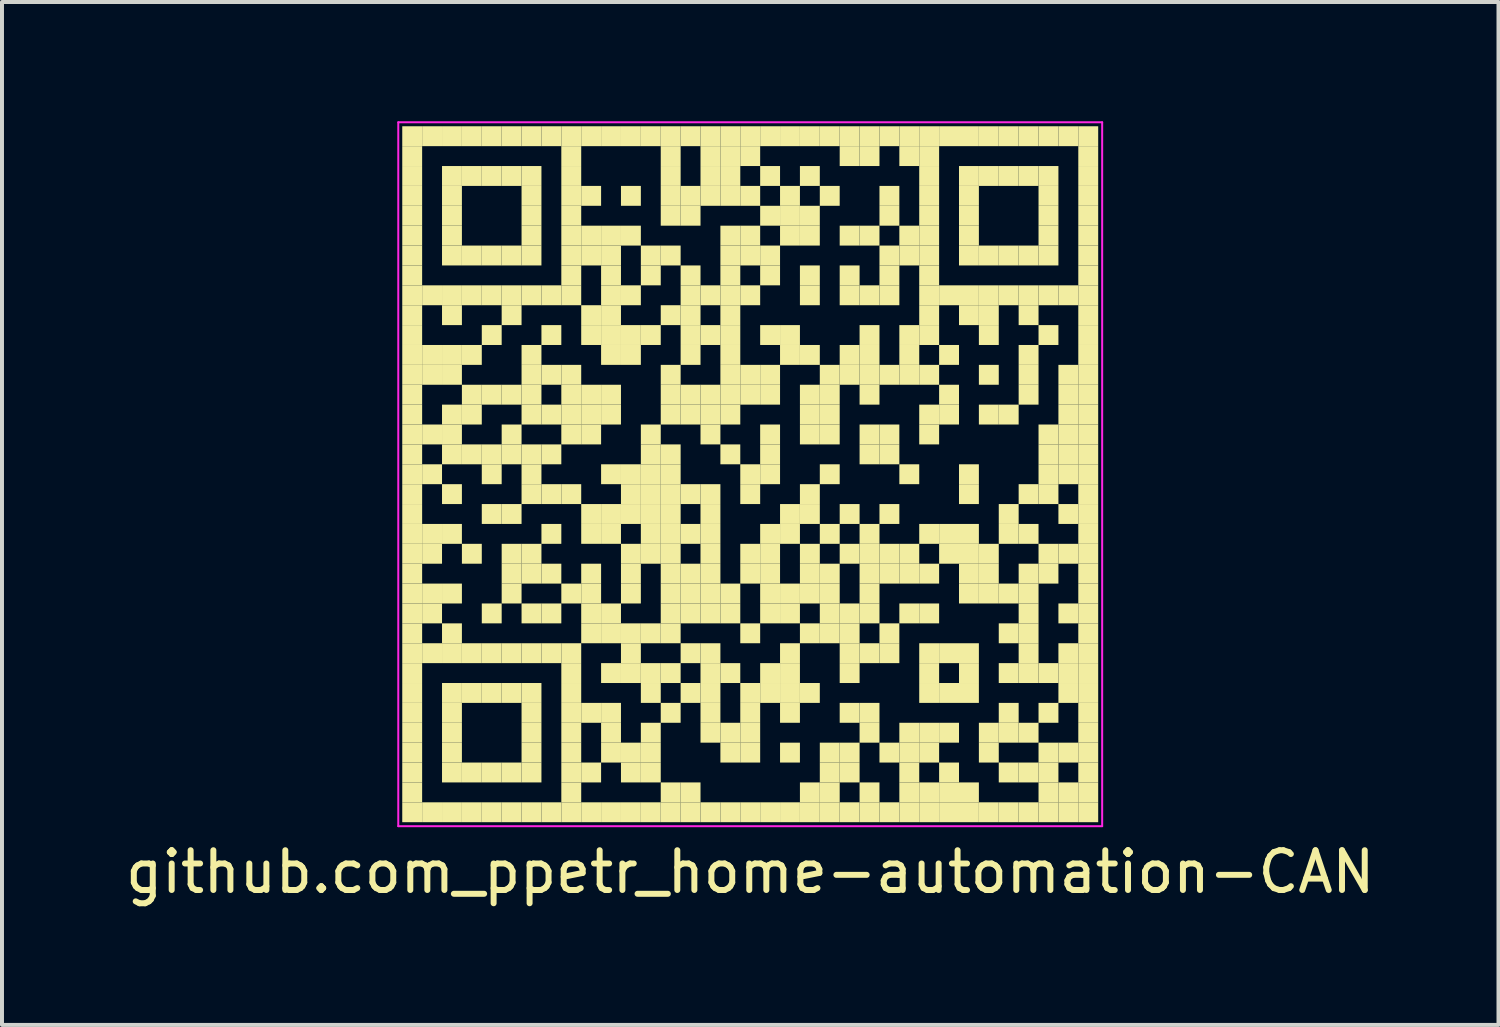
<source format=kicad_pcb>
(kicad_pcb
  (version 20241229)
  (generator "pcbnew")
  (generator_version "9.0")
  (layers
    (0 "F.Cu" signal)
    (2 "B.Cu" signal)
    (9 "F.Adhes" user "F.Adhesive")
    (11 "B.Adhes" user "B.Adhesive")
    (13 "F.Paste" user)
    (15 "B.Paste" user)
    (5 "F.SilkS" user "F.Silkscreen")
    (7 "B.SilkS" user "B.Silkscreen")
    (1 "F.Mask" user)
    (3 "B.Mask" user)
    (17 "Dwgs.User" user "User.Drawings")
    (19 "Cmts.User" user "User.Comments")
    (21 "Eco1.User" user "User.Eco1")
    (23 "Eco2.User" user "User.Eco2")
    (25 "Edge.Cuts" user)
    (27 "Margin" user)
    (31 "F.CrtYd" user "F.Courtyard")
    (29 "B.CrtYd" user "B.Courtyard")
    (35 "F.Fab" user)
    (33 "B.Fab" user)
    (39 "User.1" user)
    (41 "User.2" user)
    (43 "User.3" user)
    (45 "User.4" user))
  (footprint "github.com_ppetr_home-automation-CAN"
    (layer "F.Cu")
    (at 15.815 8.875)
    (property "Reference" "github.com_ppetr_home-automation-CAN" (at 0 10 0) (layer "F.SilkS") (effects (font (size 1 1) (thickness 0.15))))
    (attr through_hole)
    (fp_poly (pts (xy -8.25 -8.25) (xy -8.25 -8.75) (xy -8.75 -8.75) (xy -8.75 -8.25)) (stroke (width 0) (type solid)) (fill yes) (layer "F.SilkS"))
    (fp_poly (pts (xy -8.25 -7.75) (xy -8.25 -8.25) (xy -8.75 -8.25) (xy -8.75 -7.75)) (stroke (width 0) (type solid)) (fill yes) (layer "F.SilkS"))
    (fp_poly (pts (xy -8.25 -7.25) (xy -8.25 -7.75) (xy -8.75 -7.75) (xy -8.75 -7.25)) (stroke (width 0) (type solid)) (fill yes) (layer "F.SilkS"))
    (fp_poly (pts (xy -8.25 -6.75) (xy -8.25 -7.25) (xy -8.75 -7.25) (xy -8.75 -6.75)) (stroke (width 0) (type solid)) (fill yes) (layer "F.SilkS"))
    (fp_poly (pts (xy -8.25 -6.25) (xy -8.25 -6.75) (xy -8.75 -6.75) (xy -8.75 -6.25)) (stroke (width 0) (type solid)) (fill yes) (layer "F.SilkS"))
    (fp_poly (pts (xy -8.25 -5.75) (xy -8.25 -6.25) (xy -8.75 -6.25) (xy -8.75 -5.75)) (stroke (width 0) (type solid)) (fill yes) (layer "F.SilkS"))
    (fp_poly (pts (xy -8.25 -5.25) (xy -8.25 -5.75) (xy -8.75 -5.75) (xy -8.75 -5.25)) (stroke (width 0) (type solid)) (fill yes) (layer "F.SilkS"))
    (fp_poly (pts (xy -8.25 -4.75) (xy -8.25 -5.25) (xy -8.75 -5.25) (xy -8.75 -4.75)) (stroke (width 0) (type solid)) (fill yes) (layer "F.SilkS"))
    (fp_poly (pts (xy -8.25 -4.25) (xy -8.25 -4.75) (xy -8.75 -4.75) (xy -8.75 -4.25)) (stroke (width 0) (type solid)) (fill yes) (layer "F.SilkS"))
    (fp_poly (pts (xy -8.25 -3.75) (xy -8.25 -4.25) (xy -8.75 -4.25) (xy -8.75 -3.75)) (stroke (width 0) (type solid)) (fill yes) (layer "F.SilkS"))
    (fp_poly (pts (xy -8.25 -3.25) (xy -8.25 -3.75) (xy -8.75 -3.75) (xy -8.75 -3.25)) (stroke (width 0) (type solid)) (fill yes) (layer "F.SilkS"))
    (fp_poly (pts (xy -8.25 -2.75) (xy -8.25 -3.25) (xy -8.75 -3.25) (xy -8.75 -2.75)) (stroke (width 0) (type solid)) (fill yes) (layer "F.SilkS"))
    (fp_poly (pts (xy -8.25 -2.25) (xy -8.25 -2.75) (xy -8.75 -2.75) (xy -8.75 -2.25)) (stroke (width 0) (type solid)) (fill yes) (layer "F.SilkS"))
    (fp_poly (pts (xy -8.25 -1.75) (xy -8.25 -2.25) (xy -8.75 -2.25) (xy -8.75 -1.75)) (stroke (width 0) (type solid)) (fill yes) (layer "F.SilkS"))
    (fp_poly (pts (xy -8.25 -1.25) (xy -8.25 -1.75) (xy -8.75 -1.75) (xy -8.75 -1.25)) (stroke (width 0) (type solid)) (fill yes) (layer "F.SilkS"))
    (fp_poly (pts (xy -8.25 -0.75) (xy -8.25 -1.25) (xy -8.75 -1.25) (xy -8.75 -0.75)) (stroke (width 0) (type solid)) (fill yes) (layer "F.SilkS"))
    (fp_poly (pts (xy -8.25 -0.25) (xy -8.25 -0.75) (xy -8.75 -0.75) (xy -8.75 -0.25)) (stroke (width 0) (type solid)) (fill yes) (layer "F.SilkS"))
    (fp_poly (pts (xy -8.25 0.25) (xy -8.25 -0.25) (xy -8.75 -0.25) (xy -8.75 0.25)) (stroke (width 0) (type solid)) (fill yes) (layer "F.SilkS"))
    (fp_poly (pts (xy -8.25 0.75) (xy -8.25 0.25) (xy -8.75 0.25) (xy -8.75 0.75)) (stroke (width 0) (type solid)) (fill yes) (layer "F.SilkS"))
    (fp_poly (pts (xy -8.25 1.25) (xy -8.25 0.75) (xy -8.75 0.75) (xy -8.75 1.25)) (stroke (width 0) (type solid)) (fill yes) (layer "F.SilkS"))
    (fp_poly (pts (xy -8.25 1.75) (xy -8.25 1.25) (xy -8.75 1.25) (xy -8.75 1.75)) (stroke (width 0) (type solid)) (fill yes) (layer "F.SilkS"))
    (fp_poly (pts (xy -8.25 2.25) (xy -8.25 1.75) (xy -8.75 1.75) (xy -8.75 2.25)) (stroke (width 0) (type solid)) (fill yes) (layer "F.SilkS"))
    (fp_poly (pts (xy -8.25 2.75) (xy -8.25 2.25) (xy -8.75 2.25) (xy -8.75 2.75)) (stroke (width 0) (type solid)) (fill yes) (layer "F.SilkS"))
    (fp_poly (pts (xy -8.25 3.25) (xy -8.25 2.75) (xy -8.75 2.75) (xy -8.75 3.25)) (stroke (width 0) (type solid)) (fill yes) (layer "F.SilkS"))
    (fp_poly (pts (xy -8.25 3.75) (xy -8.25 3.25) (xy -8.75 3.25) (xy -8.75 3.75)) (stroke (width 0) (type solid)) (fill yes) (layer "F.SilkS"))
    (fp_poly (pts (xy -8.25 4.25) (xy -8.25 3.75) (xy -8.75 3.75) (xy -8.75 4.25)) (stroke (width 0) (type solid)) (fill yes) (layer "F.SilkS"))
    (fp_poly (pts (xy -8.25 4.75) (xy -8.25 4.25) (xy -8.75 4.25) (xy -8.75 4.75)) (stroke (width 0) (type solid)) (fill yes) (layer "F.SilkS"))
    (fp_poly (pts (xy -8.25 5.25) (xy -8.25 4.75) (xy -8.75 4.75) (xy -8.75 5.25)) (stroke (width 0) (type solid)) (fill yes) (layer "F.SilkS"))
    (fp_poly (pts (xy -8.25 5.75) (xy -8.25 5.25) (xy -8.75 5.25) (xy -8.75 5.75)) (stroke (width 0) (type solid)) (fill yes) (layer "F.SilkS"))
    (fp_poly (pts (xy -8.25 6.25) (xy -8.25 5.75) (xy -8.75 5.75) (xy -8.75 6.25)) (stroke (width 0) (type solid)) (fill yes) (layer "F.SilkS"))
    (fp_poly (pts (xy -8.25 6.75) (xy -8.25 6.25) (xy -8.75 6.25) (xy -8.75 6.75)) (stroke (width 0) (type solid)) (fill yes) (layer "F.SilkS"))
    (fp_poly (pts (xy -8.25 7.25) (xy -8.25 6.75) (xy -8.75 6.75) (xy -8.75 7.25)) (stroke (width 0) (type solid)) (fill yes) (layer "F.SilkS"))
    (fp_poly (pts (xy -8.25 7.75) (xy -8.25 7.25) (xy -8.75 7.25) (xy -8.75 7.75)) (stroke (width 0) (type solid)) (fill yes) (layer "F.SilkS"))
    (fp_poly (pts (xy -8.25 8.25) (xy -8.25 7.75) (xy -8.75 7.75) (xy -8.75 8.25)) (stroke (width 0) (type solid)) (fill yes) (layer "F.SilkS"))
    (fp_poly (pts (xy -8.25 8.75) (xy -8.25 8.25) (xy -8.75 8.25) (xy -8.75 8.75)) (stroke (width 0) (type solid)) (fill yes) (layer "F.SilkS"))
    (fp_poly (pts (xy -7.75 -8.25) (xy -7.75 -8.75) (xy -8.25 -8.75) (xy -8.25 -8.25)) (stroke (width 0) (type solid)) (fill yes) (layer "F.SilkS"))
    (fp_poly (pts (xy -7.75 -4.25) (xy -7.75 -4.75) (xy -8.25 -4.75) (xy -8.25 -4.25)) (stroke (width 0) (type solid)) (fill yes) (layer "F.SilkS"))
    (fp_poly (pts (xy -7.75 -2.75) (xy -7.75 -3.25) (xy -8.25 -3.25) (xy -8.25 -2.75)) (stroke (width 0) (type solid)) (fill yes) (layer "F.SilkS"))
    (fp_poly (pts (xy -7.75 -2.25) (xy -7.75 -2.75) (xy -8.25 -2.75) (xy -8.25 -2.25)) (stroke (width 0) (type solid)) (fill yes) (layer "F.SilkS"))
    (fp_poly (pts (xy -7.75 -0.75) (xy -7.75 -1.25) (xy -8.25 -1.25) (xy -8.25 -0.75)) (stroke (width 0) (type solid)) (fill yes) (layer "F.SilkS"))
    (fp_poly (pts (xy -7.75 0.25) (xy -7.75 -0.25) (xy -8.25 -0.25) (xy -8.25 0.25)) (stroke (width 0) (type solid)) (fill yes) (layer "F.SilkS"))
    (fp_poly (pts (xy -7.75 1.75) (xy -7.75 1.25) (xy -8.25 1.25) (xy -8.25 1.75)) (stroke (width 0) (type solid)) (fill yes) (layer "F.SilkS"))
    (fp_poly (pts (xy -7.75 2.25) (xy -7.75 1.75) (xy -8.25 1.75) (xy -8.25 2.25)) (stroke (width 0) (type solid)) (fill yes) (layer "F.SilkS"))
    (fp_poly (pts (xy -7.75 3.25) (xy -7.75 2.75) (xy -8.25 2.75) (xy -8.25 3.25)) (stroke (width 0) (type solid)) (fill yes) (layer "F.SilkS"))
    (fp_poly (pts (xy -7.75 3.75) (xy -7.75 3.25) (xy -8.25 3.25) (xy -8.25 3.75)) (stroke (width 0) (type solid)) (fill yes) (layer "F.SilkS"))
    (fp_poly (pts (xy -7.75 4.75) (xy -7.75 4.25) (xy -8.25 4.25) (xy -8.25 4.75)) (stroke (width 0) (type solid)) (fill yes) (layer "F.SilkS"))
    (fp_poly (pts (xy -7.75 8.75) (xy -7.75 8.25) (xy -8.25 8.25) (xy -8.25 8.75)) (stroke (width 0) (type solid)) (fill yes) (layer "F.SilkS"))
    (fp_poly (pts (xy -7.25 -8.25) (xy -7.25 -8.75) (xy -7.75 -8.75) (xy -7.75 -8.25)) (stroke (width 0) (type solid)) (fill yes) (layer "F.SilkS"))
    (fp_poly (pts (xy -7.25 -7.25) (xy -7.25 -7.75) (xy -7.75 -7.75) (xy -7.75 -7.25)) (stroke (width 0) (type solid)) (fill yes) (layer "F.SilkS"))
    (fp_poly (pts (xy -7.25 -6.75) (xy -7.25 -7.25) (xy -7.75 -7.25) (xy -7.75 -6.75)) (stroke (width 0) (type solid)) (fill yes) (layer "F.SilkS"))
    (fp_poly (pts (xy -7.25 -6.25) (xy -7.25 -6.75) (xy -7.75 -6.75) (xy -7.75 -6.25)) (stroke (width 0) (type solid)) (fill yes) (layer "F.SilkS"))
    (fp_poly (pts (xy -7.25 -5.75) (xy -7.25 -6.25) (xy -7.75 -6.25) (xy -7.75 -5.75)) (stroke (width 0) (type solid)) (fill yes) (layer "F.SilkS"))
    (fp_poly (pts (xy -7.25 -5.25) (xy -7.25 -5.75) (xy -7.75 -5.75) (xy -7.75 -5.25)) (stroke (width 0) (type solid)) (fill yes) (layer "F.SilkS"))
    (fp_poly (pts (xy -7.25 -4.25) (xy -7.25 -4.75) (xy -7.75 -4.75) (xy -7.75 -4.25)) (stroke (width 0) (type solid)) (fill yes) (layer "F.SilkS"))
    (fp_poly (pts (xy -7.25 -3.75) (xy -7.25 -4.25) (xy -7.75 -4.25) (xy -7.75 -3.75)) (stroke (width 0) (type solid)) (fill yes) (layer "F.SilkS"))
    (fp_poly (pts (xy -7.25 -2.75) (xy -7.25 -3.25) (xy -7.75 -3.25) (xy -7.75 -2.75)) (stroke (width 0) (type solid)) (fill yes) (layer "F.SilkS"))
    (fp_poly (pts (xy -7.25 -2.25) (xy -7.25 -2.75) (xy -7.75 -2.75) (xy -7.75 -2.25)) (stroke (width 0) (type solid)) (fill yes) (layer "F.SilkS"))
    (fp_poly (pts (xy -7.25 -1.25) (xy -7.25 -1.75) (xy -7.75 -1.75) (xy -7.75 -1.25)) (stroke (width 0) (type solid)) (fill yes) (layer "F.SilkS"))
    (fp_poly (pts (xy -7.25 -0.75) (xy -7.25 -1.25) (xy -7.75 -1.25) (xy -7.75 -0.75)) (stroke (width 0) (type solid)) (fill yes) (layer "F.SilkS"))
    (fp_poly (pts (xy -7.25 -0.25) (xy -7.25 -0.75) (xy -7.75 -0.75) (xy -7.75 -0.25)) (stroke (width 0) (type solid)) (fill yes) (layer "F.SilkS"))
    (fp_poly (pts (xy -7.25 0.75) (xy -7.25 0.25) (xy -7.75 0.25) (xy -7.75 0.75)) (stroke (width 0) (type solid)) (fill yes) (layer "F.SilkS"))
    (fp_poly (pts (xy -7.25 1.75) (xy -7.25 1.25) (xy -7.75 1.25) (xy -7.75 1.75)) (stroke (width 0) (type solid)) (fill yes) (layer "F.SilkS"))
    (fp_poly (pts (xy -7.25 3.25) (xy -7.25 2.75) (xy -7.75 2.75) (xy -7.75 3.25)) (stroke (width 0) (type solid)) (fill yes) (layer "F.SilkS"))
    (fp_poly (pts (xy -7.25 4.25) (xy -7.25 3.75) (xy -7.75 3.75) (xy -7.75 4.25)) (stroke (width 0) (type solid)) (fill yes) (layer "F.SilkS"))
    (fp_poly (pts (xy -7.25 4.75) (xy -7.25 4.25) (xy -7.75 4.25) (xy -7.75 4.75)) (stroke (width 0) (type solid)) (fill yes) (layer "F.SilkS"))
    (fp_poly (pts (xy -7.25 5.75) (xy -7.25 5.25) (xy -7.75 5.25) (xy -7.75 5.75)) (stroke (width 0) (type solid)) (fill yes) (layer "F.SilkS"))
    (fp_poly (pts (xy -7.25 6.25) (xy -7.25 5.75) (xy -7.75 5.75) (xy -7.75 6.25)) (stroke (width 0) (type solid)) (fill yes) (layer "F.SilkS"))
    (fp_poly (pts (xy -7.25 6.75) (xy -7.25 6.25) (xy -7.75 6.25) (xy -7.75 6.75)) (stroke (width 0) (type solid)) (fill yes) (layer "F.SilkS"))
    (fp_poly (pts (xy -7.25 7.25) (xy -7.25 6.75) (xy -7.75 6.75) (xy -7.75 7.25)) (stroke (width 0) (type solid)) (fill yes) (layer "F.SilkS"))
    (fp_poly (pts (xy -7.25 7.75) (xy -7.25 7.25) (xy -7.75 7.25) (xy -7.75 7.75)) (stroke (width 0) (type solid)) (fill yes) (layer "F.SilkS"))
    (fp_poly (pts (xy -7.25 8.75) (xy -7.25 8.25) (xy -7.75 8.25) (xy -7.75 8.75)) (stroke (width 0) (type solid)) (fill yes) (layer "F.SilkS"))
    (fp_poly (pts (xy -6.75 -8.25) (xy -6.75 -8.75) (xy -7.25 -8.75) (xy -7.25 -8.25)) (stroke (width 0) (type solid)) (fill yes) (layer "F.SilkS"))
    (fp_poly (pts (xy -6.75 -7.25) (xy -6.75 -7.75) (xy -7.25 -7.75) (xy -7.25 -7.25)) (stroke (width 0) (type solid)) (fill yes) (layer "F.SilkS"))
    (fp_poly (pts (xy -6.75 -5.25) (xy -6.75 -5.75) (xy -7.25 -5.75) (xy -7.25 -5.25)) (stroke (width 0) (type solid)) (fill yes) (layer "F.SilkS"))
    (fp_poly (pts (xy -6.75 -4.25) (xy -6.75 -4.75) (xy -7.25 -4.75) (xy -7.25 -4.25)) (stroke (width 0) (type solid)) (fill yes) (layer "F.SilkS"))
    (fp_poly (pts (xy -6.75 -2.75) (xy -6.75 -3.25) (xy -7.25 -3.25) (xy -7.25 -2.75)) (stroke (width 0) (type solid)) (fill yes) (layer "F.SilkS"))
    (fp_poly (pts (xy -6.75 -1.75) (xy -6.75 -2.25) (xy -7.25 -2.25) (xy -7.25 -1.75)) (stroke (width 0) (type solid)) (fill yes) (layer "F.SilkS"))
    (fp_poly (pts (xy -6.75 -1.25) (xy -6.75 -1.75) (xy -7.25 -1.75) (xy -7.25 -1.25)) (stroke (width 0) (type solid)) (fill yes) (layer "F.SilkS"))
    (fp_poly (pts (xy -6.75 -0.25) (xy -6.75 -0.75) (xy -7.25 -0.75) (xy -7.25 -0.25)) (stroke (width 0) (type solid)) (fill yes) (layer "F.SilkS"))
    (fp_poly (pts (xy -6.75 2.25) (xy -6.75 1.75) (xy -7.25 1.75) (xy -7.25 2.25)) (stroke (width 0) (type solid)) (fill yes) (layer "F.SilkS"))
    (fp_poly (pts (xy -6.75 4.75) (xy -6.75 4.25) (xy -7.25 4.25) (xy -7.25 4.75)) (stroke (width 0) (type solid)) (fill yes) (layer "F.SilkS"))
    (fp_poly (pts (xy -6.75 5.75) (xy -6.75 5.25) (xy -7.25 5.25) (xy -7.25 5.75)) (stroke (width 0) (type solid)) (fill yes) (layer "F.SilkS"))
    (fp_poly (pts (xy -6.75 7.75) (xy -6.75 7.25) (xy -7.25 7.25) (xy -7.25 7.75)) (stroke (width 0) (type solid)) (fill yes) (layer "F.SilkS"))
    (fp_poly (pts (xy -6.75 8.75) (xy -6.75 8.25) (xy -7.25 8.25) (xy -7.25 8.75)) (stroke (width 0) (type solid)) (fill yes) (layer "F.SilkS"))
    (fp_poly (pts (xy -6.25 -8.25) (xy -6.25 -8.75) (xy -6.75 -8.75) (xy -6.75 -8.25)) (stroke (width 0) (type solid)) (fill yes) (layer "F.SilkS"))
    (fp_poly (pts (xy -6.25 -7.25) (xy -6.25 -7.75) (xy -6.75 -7.75) (xy -6.75 -7.25)) (stroke (width 0) (type solid)) (fill yes) (layer "F.SilkS"))
    (fp_poly (pts (xy -6.25 -5.25) (xy -6.25 -5.75) (xy -6.75 -5.75) (xy -6.75 -5.25)) (stroke (width 0) (type solid)) (fill yes) (layer "F.SilkS"))
    (fp_poly (pts (xy -6.25 -4.25) (xy -6.25 -4.75) (xy -6.75 -4.75) (xy -6.75 -4.25)) (stroke (width 0) (type solid)) (fill yes) (layer "F.SilkS"))
    (fp_poly (pts (xy -6.25 -3.25) (xy -6.25 -3.75) (xy -6.75 -3.75) (xy -6.75 -3.25)) (stroke (width 0) (type solid)) (fill yes) (layer "F.SilkS"))
    (fp_poly (pts (xy -6.25 -1.75) (xy -6.25 -2.25) (xy -6.75 -2.25) (xy -6.75 -1.75)) (stroke (width 0) (type solid)) (fill yes) (layer "F.SilkS"))
    (fp_poly (pts (xy -6.25 -0.25) (xy -6.25 -0.75) (xy -6.75 -0.75) (xy -6.75 -0.25)) (stroke (width 0) (type solid)) (fill yes) (layer "F.SilkS"))
    (fp_poly (pts (xy -6.25 0.25) (xy -6.25 -0.25) (xy -6.75 -0.25) (xy -6.75 0.25)) (stroke (width 0) (type solid)) (fill yes) (layer "F.SilkS"))
    (fp_poly (pts (xy -6.25 1.25) (xy -6.25 0.75) (xy -6.75 0.75) (xy -6.75 1.25)) (stroke (width 0) (type solid)) (fill yes) (layer "F.SilkS"))
    (fp_poly (pts (xy -6.25 3.75) (xy -6.25 3.25) (xy -6.75 3.25) (xy -6.75 3.75)) (stroke (width 0) (type solid)) (fill yes) (layer "F.SilkS"))
    (fp_poly (pts (xy -6.25 4.75) (xy -6.25 4.25) (xy -6.75 4.25) (xy -6.75 4.75)) (stroke (width 0) (type solid)) (fill yes) (layer "F.SilkS"))
    (fp_poly (pts (xy -6.25 5.75) (xy -6.25 5.25) (xy -6.75 5.25) (xy -6.75 5.75)) (stroke (width 0) (type solid)) (fill yes) (layer "F.SilkS"))
    (fp_poly (pts (xy -6.25 7.75) (xy -6.25 7.25) (xy -6.75 7.25) (xy -6.75 7.75)) (stroke (width 0) (type solid)) (fill yes) (layer "F.SilkS"))
    (fp_poly (pts (xy -6.25 8.75) (xy -6.25 8.25) (xy -6.75 8.25) (xy -6.75 8.75)) (stroke (width 0) (type solid)) (fill yes) (layer "F.SilkS"))
    (fp_poly (pts (xy -5.75 -8.25) (xy -5.75 -8.75) (xy -6.25 -8.75) (xy -6.25 -8.25)) (stroke (width 0) (type solid)) (fill yes) (layer "F.SilkS"))
    (fp_poly (pts (xy -5.75 -7.25) (xy -5.75 -7.75) (xy -6.25 -7.75) (xy -6.25 -7.25)) (stroke (width 0) (type solid)) (fill yes) (layer "F.SilkS"))
    (fp_poly (pts (xy -5.75 -5.25) (xy -5.75 -5.75) (xy -6.25 -5.75) (xy -6.25 -5.25)) (stroke (width 0) (type solid)) (fill yes) (layer "F.SilkS"))
    (fp_poly (pts (xy -5.75 -4.25) (xy -5.75 -4.75) (xy -6.25 -4.75) (xy -6.25 -4.25)) (stroke (width 0) (type solid)) (fill yes) (layer "F.SilkS"))
    (fp_poly (pts (xy -5.75 -3.75) (xy -5.75 -4.25) (xy -6.25 -4.25) (xy -6.25 -3.75)) (stroke (width 0) (type solid)) (fill yes) (layer "F.SilkS"))
    (fp_poly (pts (xy -5.75 -1.75) (xy -5.75 -2.25) (xy -6.25 -2.25) (xy -6.25 -1.75)) (stroke (width 0) (type solid)) (fill yes) (layer "F.SilkS"))
    (fp_poly (pts (xy -5.75 -0.75) (xy -5.75 -1.25) (xy -6.25 -1.25) (xy -6.25 -0.75)) (stroke (width 0) (type solid)) (fill yes) (layer "F.SilkS"))
    (fp_poly (pts (xy -5.75 -0.25) (xy -5.75 -0.75) (xy -6.25 -0.75) (xy -6.25 -0.25)) (stroke (width 0) (type solid)) (fill yes) (layer "F.SilkS"))
    (fp_poly (pts (xy -5.75 1.25) (xy -5.75 0.75) (xy -6.25 0.75) (xy -6.25 1.25)) (stroke (width 0) (type solid)) (fill yes) (layer "F.SilkS"))
    (fp_poly (pts (xy -5.75 2.25) (xy -5.75 1.75) (xy -6.25 1.75) (xy -6.25 2.25)) (stroke (width 0) (type solid)) (fill yes) (layer "F.SilkS"))
    (fp_poly (pts (xy -5.75 2.75) (xy -5.75 2.25) (xy -6.25 2.25) (xy -6.25 2.75)) (stroke (width 0) (type solid)) (fill yes) (layer "F.SilkS"))
    (fp_poly (pts (xy -5.75 3.25) (xy -5.75 2.75) (xy -6.25 2.75) (xy -6.25 3.25)) (stroke (width 0) (type solid)) (fill yes) (layer "F.SilkS"))
    (fp_poly (pts (xy -5.75 4.75) (xy -5.75 4.25) (xy -6.25 4.25) (xy -6.25 4.75)) (stroke (width 0) (type solid)) (fill yes) (layer "F.SilkS"))
    (fp_poly (pts (xy -5.75 5.75) (xy -5.75 5.25) (xy -6.25 5.25) (xy -6.25 5.75)) (stroke (width 0) (type solid)) (fill yes) (layer "F.SilkS"))
    (fp_poly (pts (xy -5.75 7.75) (xy -5.75 7.25) (xy -6.25 7.25) (xy -6.25 7.75)) (stroke (width 0) (type solid)) (fill yes) (layer "F.SilkS"))
    (fp_poly (pts (xy -5.75 8.75) (xy -5.75 8.25) (xy -6.25 8.25) (xy -6.25 8.75)) (stroke (width 0) (type solid)) (fill yes) (layer "F.SilkS"))
    (fp_poly (pts (xy -5.25 -8.25) (xy -5.25 -8.75) (xy -5.75 -8.75) (xy -5.75 -8.25)) (stroke (width 0) (type solid)) (fill yes) (layer "F.SilkS"))
    (fp_poly (pts (xy -5.25 -7.25) (xy -5.25 -7.75) (xy -5.75 -7.75) (xy -5.75 -7.25)) (stroke (width 0) (type solid)) (fill yes) (layer "F.SilkS"))
    (fp_poly (pts (xy -5.25 -6.75) (xy -5.25 -7.25) (xy -5.75 -7.25) (xy -5.75 -6.75)) (stroke (width 0) (type solid)) (fill yes) (layer "F.SilkS"))
    (fp_poly (pts (xy -5.25 -6.25) (xy -5.25 -6.75) (xy -5.75 -6.75) (xy -5.75 -6.25)) (stroke (width 0) (type solid)) (fill yes) (layer "F.SilkS"))
    (fp_poly (pts (xy -5.25 -5.75) (xy -5.25 -6.25) (xy -5.75 -6.25) (xy -5.75 -5.75)) (stroke (width 0) (type solid)) (fill yes) (layer "F.SilkS"))
    (fp_poly (pts (xy -5.25 -5.25) (xy -5.25 -5.75) (xy -5.75 -5.75) (xy -5.75 -5.25)) (stroke (width 0) (type solid)) (fill yes) (layer "F.SilkS"))
    (fp_poly (pts (xy -5.25 -4.25) (xy -5.25 -4.75) (xy -5.75 -4.75) (xy -5.75 -4.25)) (stroke (width 0) (type solid)) (fill yes) (layer "F.SilkS"))
    (fp_poly (pts (xy -5.25 -2.75) (xy -5.25 -3.25) (xy -5.75 -3.25) (xy -5.75 -2.75)) (stroke (width 0) (type solid)) (fill yes) (layer "F.SilkS"))
    (fp_poly (pts (xy -5.25 -2.25) (xy -5.25 -2.75) (xy -5.75 -2.75) (xy -5.75 -2.25)) (stroke (width 0) (type solid)) (fill yes) (layer "F.SilkS"))
    (fp_poly (pts (xy -5.25 -1.75) (xy -5.25 -2.25) (xy -5.75 -2.25) (xy -5.75 -1.75)) (stroke (width 0) (type solid)) (fill yes) (layer "F.SilkS"))
    (fp_poly (pts (xy -5.25 -1.25) (xy -5.25 -1.75) (xy -5.75 -1.75) (xy -5.75 -1.25)) (stroke (width 0) (type solid)) (fill yes) (layer "F.SilkS"))
    (fp_poly (pts (xy -5.25 -0.25) (xy -5.25 -0.75) (xy -5.75 -0.75) (xy -5.75 -0.25)) (stroke (width 0) (type solid)) (fill yes) (layer "F.SilkS"))
    (fp_poly (pts (xy -5.25 0.25) (xy -5.25 -0.25) (xy -5.75 -0.25) (xy -5.75 0.25)) (stroke (width 0) (type solid)) (fill yes) (layer "F.SilkS"))
    (fp_poly (pts (xy -5.25 0.75) (xy -5.25 0.25) (xy -5.75 0.25) (xy -5.75 0.75)) (stroke (width 0) (type solid)) (fill yes) (layer "F.SilkS"))
    (fp_poly (pts (xy -5.25 2.25) (xy -5.25 1.75) (xy -5.75 1.75) (xy -5.75 2.25)) (stroke (width 0) (type solid)) (fill yes) (layer "F.SilkS"))
    (fp_poly (pts (xy -5.25 2.75) (xy -5.25 2.25) (xy -5.75 2.25) (xy -5.75 2.75)) (stroke (width 0) (type solid)) (fill yes) (layer "F.SilkS"))
    (fp_poly (pts (xy -5.25 3.75) (xy -5.25 3.25) (xy -5.75 3.25) (xy -5.75 3.75)) (stroke (width 0) (type solid)) (fill yes) (layer "F.SilkS"))
    (fp_poly (pts (xy -5.25 4.75) (xy -5.25 4.25) (xy -5.75 4.25) (xy -5.75 4.75)) (stroke (width 0) (type solid)) (fill yes) (layer "F.SilkS"))
    (fp_poly (pts (xy -5.25 5.75) (xy -5.25 5.25) (xy -5.75 5.25) (xy -5.75 5.75)) (stroke (width 0) (type solid)) (fill yes) (layer "F.SilkS"))
    (fp_poly (pts (xy -5.25 6.25) (xy -5.25 5.75) (xy -5.75 5.75) (xy -5.75 6.25)) (stroke (width 0) (type solid)) (fill yes) (layer "F.SilkS"))
    (fp_poly (pts (xy -5.25 6.75) (xy -5.25 6.25) (xy -5.75 6.25) (xy -5.75 6.75)) (stroke (width 0) (type solid)) (fill yes) (layer "F.SilkS"))
    (fp_poly (pts (xy -5.25 7.25) (xy -5.25 6.75) (xy -5.75 6.75) (xy -5.75 7.25)) (stroke (width 0) (type solid)) (fill yes) (layer "F.SilkS"))
    (fp_poly (pts (xy -5.25 7.75) (xy -5.25 7.25) (xy -5.75 7.25) (xy -5.75 7.75)) (stroke (width 0) (type solid)) (fill yes) (layer "F.SilkS"))
    (fp_poly (pts (xy -5.25 8.75) (xy -5.25 8.25) (xy -5.75 8.25) (xy -5.75 8.75)) (stroke (width 0) (type solid)) (fill yes) (layer "F.SilkS"))
    (fp_poly (pts (xy -4.75 -8.25) (xy -4.75 -8.75) (xy -5.25 -8.75) (xy -5.25 -8.25)) (stroke (width 0) (type solid)) (fill yes) (layer "F.SilkS"))
    (fp_poly (pts (xy -4.75 -4.25) (xy -4.75 -4.75) (xy -5.25 -4.75) (xy -5.25 -4.25)) (stroke (width 0) (type solid)) (fill yes) (layer "F.SilkS"))
    (fp_poly (pts (xy -4.75 -3.25) (xy -4.75 -3.75) (xy -5.25 -3.75) (xy -5.25 -3.25)) (stroke (width 0) (type solid)) (fill yes) (layer "F.SilkS"))
    (fp_poly (pts (xy -4.75 -2.25) (xy -4.75 -2.75) (xy -5.25 -2.75) (xy -5.25 -2.25)) (stroke (width 0) (type solid)) (fill yes) (layer "F.SilkS"))
    (fp_poly (pts (xy -4.75 -1.25) (xy -4.75 -1.75) (xy -5.25 -1.75) (xy -5.25 -1.25)) (stroke (width 0) (type solid)) (fill yes) (layer "F.SilkS"))
    (fp_poly (pts (xy -4.75 -0.25) (xy -4.75 -0.75) (xy -5.25 -0.75) (xy -5.25 -0.25)) (stroke (width 0) (type solid)) (fill yes) (layer "F.SilkS"))
    (fp_poly (pts (xy -4.75 0.75) (xy -4.75 0.25) (xy -5.25 0.25) (xy -5.25 0.75)) (stroke (width 0) (type solid)) (fill yes) (layer "F.SilkS"))
    (fp_poly (pts (xy -4.75 1.75) (xy -4.75 1.25) (xy -5.25 1.25) (xy -5.25 1.75)) (stroke (width 0) (type solid)) (fill yes) (layer "F.SilkS"))
    (fp_poly (pts (xy -4.75 2.75) (xy -4.75 2.25) (xy -5.25 2.25) (xy -5.25 2.75)) (stroke (width 0) (type solid)) (fill yes) (layer "F.SilkS"))
    (fp_poly (pts (xy -4.75 3.75) (xy -4.75 3.25) (xy -5.25 3.25) (xy -5.25 3.75)) (stroke (width 0) (type solid)) (fill yes) (layer "F.SilkS"))
    (fp_poly (pts (xy -4.75 4.75) (xy -4.75 4.25) (xy -5.25 4.25) (xy -5.25 4.75)) (stroke (width 0) (type solid)) (fill yes) (layer "F.SilkS"))
    (fp_poly (pts (xy -4.75 8.75) (xy -4.75 8.25) (xy -5.25 8.25) (xy -5.25 8.75)) (stroke (width 0) (type solid)) (fill yes) (layer "F.SilkS"))
    (fp_poly (pts (xy -4.25 -8.25) (xy -4.25 -8.75) (xy -4.75 -8.75) (xy -4.75 -8.25)) (stroke (width 0) (type solid)) (fill yes) (layer "F.SilkS"))
    (fp_poly (pts (xy -4.25 -7.75) (xy -4.25 -8.25) (xy -4.75 -8.25) (xy -4.75 -7.75)) (stroke (width 0) (type solid)) (fill yes) (layer "F.SilkS"))
    (fp_poly (pts (xy -4.25 -7.25) (xy -4.25 -7.75) (xy -4.75 -7.75) (xy -4.75 -7.25)) (stroke (width 0) (type solid)) (fill yes) (layer "F.SilkS"))
    (fp_poly (pts (xy -4.25 -6.75) (xy -4.25 -7.25) (xy -4.75 -7.25) (xy -4.75 -6.75)) (stroke (width 0) (type solid)) (fill yes) (layer "F.SilkS"))
    (fp_poly (pts (xy -4.25 -6.25) (xy -4.25 -6.75) (xy -4.75 -6.75) (xy -4.75 -6.25)) (stroke (width 0) (type solid)) (fill yes) (layer "F.SilkS"))
    (fp_poly (pts (xy -4.25 -5.75) (xy -4.25 -6.25) (xy -4.75 -6.25) (xy -4.75 -5.75)) (stroke (width 0) (type solid)) (fill yes) (layer "F.SilkS"))
    (fp_poly (pts (xy -4.25 -5.25) (xy -4.25 -5.75) (xy -4.75 -5.75) (xy -4.75 -5.25)) (stroke (width 0) (type solid)) (fill yes) (layer "F.SilkS"))
    (fp_poly (pts (xy -4.25 -4.75) (xy -4.25 -5.25) (xy -4.75 -5.25) (xy -4.75 -4.75)) (stroke (width 0) (type solid)) (fill yes) (layer "F.SilkS"))
    (fp_poly (pts (xy -4.25 -4.25) (xy -4.25 -4.75) (xy -4.75 -4.75) (xy -4.75 -4.25)) (stroke (width 0) (type solid)) (fill yes) (layer "F.SilkS"))
    (fp_poly (pts (xy -4.25 -2.25) (xy -4.25 -2.75) (xy -4.75 -2.75) (xy -4.75 -2.25)) (stroke (width 0) (type solid)) (fill yes) (layer "F.SilkS"))
    (fp_poly (pts (xy -4.25 -1.75) (xy -4.25 -2.25) (xy -4.75 -2.25) (xy -4.75 -1.75)) (stroke (width 0) (type solid)) (fill yes) (layer "F.SilkS"))
    (fp_poly (pts (xy -4.25 -1.25) (xy -4.25 -1.75) (xy -4.75 -1.75) (xy -4.75 -1.25)) (stroke (width 0) (type solid)) (fill yes) (layer "F.SilkS"))
    (fp_poly (pts (xy -4.25 -0.75) (xy -4.25 -1.25) (xy -4.75 -1.25) (xy -4.75 -0.75)) (stroke (width 0) (type solid)) (fill yes) (layer "F.SilkS"))
    (fp_poly (pts (xy -4.25 0.75) (xy -4.25 0.25) (xy -4.75 0.25) (xy -4.75 0.75)) (stroke (width 0) (type solid)) (fill yes) (layer "F.SilkS"))
    (fp_poly (pts (xy -4.25 3.25) (xy -4.25 2.75) (xy -4.75 2.75) (xy -4.75 3.25)) (stroke (width 0) (type solid)) (fill yes) (layer "F.SilkS"))
    (fp_poly (pts (xy -4.25 4.75) (xy -4.25 4.25) (xy -4.75 4.25) (xy -4.75 4.75)) (stroke (width 0) (type solid)) (fill yes) (layer "F.SilkS"))
    (fp_poly (pts (xy -4.25 5.25) (xy -4.25 4.75) (xy -4.75 4.75) (xy -4.75 5.25)) (stroke (width 0) (type solid)) (fill yes) (layer "F.SilkS"))
    (fp_poly (pts (xy -4.25 5.75) (xy -4.25 5.25) (xy -4.75 5.25) (xy -4.75 5.75)) (stroke (width 0) (type solid)) (fill yes) (layer "F.SilkS"))
    (fp_poly (pts (xy -4.25 6.25) (xy -4.25 5.75) (xy -4.75 5.75) (xy -4.75 6.25)) (stroke (width 0) (type solid)) (fill yes) (layer "F.SilkS"))
    (fp_poly (pts (xy -4.25 6.75) (xy -4.25 6.25) (xy -4.75 6.25) (xy -4.75 6.75)) (stroke (width 0) (type solid)) (fill yes) (layer "F.SilkS"))
    (fp_poly (pts (xy -4.25 7.25) (xy -4.25 6.75) (xy -4.75 6.75) (xy -4.75 7.25)) (stroke (width 0) (type solid)) (fill yes) (layer "F.SilkS"))
    (fp_poly (pts (xy -4.25 7.75) (xy -4.25 7.25) (xy -4.75 7.25) (xy -4.75 7.75)) (stroke (width 0) (type solid)) (fill yes) (layer "F.SilkS"))
    (fp_poly (pts (xy -4.25 8.25) (xy -4.25 7.75) (xy -4.75 7.75) (xy -4.75 8.25)) (stroke (width 0) (type solid)) (fill yes) (layer "F.SilkS"))
    (fp_poly (pts (xy -4.25 8.75) (xy -4.25 8.25) (xy -4.75 8.25) (xy -4.75 8.75)) (stroke (width 0) (type solid)) (fill yes) (layer "F.SilkS"))
    (fp_poly (pts (xy -3.75 -8.25) (xy -3.75 -8.75) (xy -4.25 -8.75) (xy -4.25 -8.25)) (stroke (width 0) (type solid)) (fill yes) (layer "F.SilkS"))
    (fp_poly (pts (xy -3.75 -6.75) (xy -3.75 -7.25) (xy -4.25 -7.25) (xy -4.25 -6.75)) (stroke (width 0) (type solid)) (fill yes) (layer "F.SilkS"))
    (fp_poly (pts (xy -3.75 -5.75) (xy -3.75 -6.25) (xy -4.25 -6.25) (xy -4.25 -5.75)) (stroke (width 0) (type solid)) (fill yes) (layer "F.SilkS"))
    (fp_poly (pts (xy -3.75 -5.25) (xy -3.75 -5.75) (xy -4.25 -5.75) (xy -4.25 -5.25)) (stroke (width 0) (type solid)) (fill yes) (layer "F.SilkS"))
    (fp_poly (pts (xy -3.75 -3.75) (xy -3.75 -4.25) (xy -4.25 -4.25) (xy -4.25 -3.75)) (stroke (width 0) (type solid)) (fill yes) (layer "F.SilkS"))
    (fp_poly (pts (xy -3.75 -3.25) (xy -3.75 -3.75) (xy -4.25 -3.75) (xy -4.25 -3.25)) (stroke (width 0) (type solid)) (fill yes) (layer "F.SilkS"))
    (fp_poly (pts (xy -3.75 -1.75) (xy -3.75 -2.25) (xy -4.25 -2.25) (xy -4.25 -1.75)) (stroke (width 0) (type solid)) (fill yes) (layer "F.SilkS"))
    (fp_poly (pts (xy -3.75 -1.25) (xy -3.75 -1.75) (xy -4.25 -1.75) (xy -4.25 -1.25)) (stroke (width 0) (type solid)) (fill yes) (layer "F.SilkS"))
    (fp_poly (pts (xy -3.75 -0.75) (xy -3.75 -1.25) (xy -4.25 -1.25) (xy -4.25 -0.75)) (stroke (width 0) (type solid)) (fill yes) (layer "F.SilkS"))
    (fp_poly (pts (xy -3.75 1.25) (xy -3.75 0.75) (xy -4.25 0.75) (xy -4.25 1.25)) (stroke (width 0) (type solid)) (fill yes) (layer "F.SilkS"))
    (fp_poly (pts (xy -3.75 1.75) (xy -3.75 1.25) (xy -4.25 1.25) (xy -4.25 1.75)) (stroke (width 0) (type solid)) (fill yes) (layer "F.SilkS"))
    (fp_poly (pts (xy -3.75 2.75) (xy -3.75 2.25) (xy -4.25 2.25) (xy -4.25 2.75)) (stroke (width 0) (type solid)) (fill yes) (layer "F.SilkS"))
    (fp_poly (pts (xy -3.75 3.25) (xy -3.75 2.75) (xy -4.25 2.75) (xy -4.25 3.25)) (stroke (width 0) (type solid)) (fill yes) (layer "F.SilkS"))
    (fp_poly (pts (xy -3.75 3.75) (xy -3.75 3.25) (xy -4.25 3.25) (xy -4.25 3.75)) (stroke (width 0) (type solid)) (fill yes) (layer "F.SilkS"))
    (fp_poly (pts (xy -3.75 4.25) (xy -3.75 3.75) (xy -4.25 3.75) (xy -4.25 4.25)) (stroke (width 0) (type solid)) (fill yes) (layer "F.SilkS"))
    (fp_poly (pts (xy -3.75 6.25) (xy -3.75 5.75) (xy -4.25 5.75) (xy -4.25 6.25)) (stroke (width 0) (type solid)) (fill yes) (layer "F.SilkS"))
    (fp_poly (pts (xy -3.75 7.75) (xy -3.75 7.25) (xy -4.25 7.25) (xy -4.25 7.75)) (stroke (width 0) (type solid)) (fill yes) (layer "F.SilkS"))
    (fp_poly (pts (xy -3.75 8.75) (xy -3.75 8.25) (xy -4.25 8.25) (xy -4.25 8.75)) (stroke (width 0) (type solid)) (fill yes) (layer "F.SilkS"))
    (fp_poly (pts (xy -3.25 -8.25) (xy -3.25 -8.75) (xy -3.75 -8.75) (xy -3.75 -8.25)) (stroke (width 0) (type solid)) (fill yes) (layer "F.SilkS"))
    (fp_poly (pts (xy -3.25 -5.75) (xy -3.25 -6.25) (xy -3.75 -6.25) (xy -3.75 -5.75)) (stroke (width 0) (type solid)) (fill yes) (layer "F.SilkS"))
    (fp_poly (pts (xy -3.25 -5.25) (xy -3.25 -5.75) (xy -3.75 -5.75) (xy -3.75 -5.25)) (stroke (width 0) (type solid)) (fill yes) (layer "F.SilkS"))
    (fp_poly (pts (xy -3.25 -4.75) (xy -3.25 -5.25) (xy -3.75 -5.25) (xy -3.75 -4.75)) (stroke (width 0) (type solid)) (fill yes) (layer "F.SilkS"))
    (fp_poly (pts (xy -3.25 -4.25) (xy -3.25 -4.75) (xy -3.75 -4.75) (xy -3.75 -4.25)) (stroke (width 0) (type solid)) (fill yes) (layer "F.SilkS"))
    (fp_poly (pts (xy -3.25 -3.75) (xy -3.25 -4.25) (xy -3.75 -4.25) (xy -3.75 -3.75)) (stroke (width 0) (type solid)) (fill yes) (layer "F.SilkS"))
    (fp_poly (pts (xy -3.25 -3.25) (xy -3.25 -3.75) (xy -3.75 -3.75) (xy -3.75 -3.25)) (stroke (width 0) (type solid)) (fill yes) (layer "F.SilkS"))
    (fp_poly (pts (xy -3.25 -2.75) (xy -3.25 -3.25) (xy -3.75 -3.25) (xy -3.75 -2.75)) (stroke (width 0) (type solid)) (fill yes) (layer "F.SilkS"))
    (fp_poly (pts (xy -3.25 -1.75) (xy -3.25 -2.25) (xy -3.75 -2.25) (xy -3.75 -1.75)) (stroke (width 0) (type solid)) (fill yes) (layer "F.SilkS"))
    (fp_poly (pts (xy -3.25 -1.25) (xy -3.25 -1.75) (xy -3.75 -1.75) (xy -3.75 -1.25)) (stroke (width 0) (type solid)) (fill yes) (layer "F.SilkS"))
    (fp_poly (pts (xy -3.25 0.25) (xy -3.25 -0.25) (xy -3.75 -0.25) (xy -3.75 0.25)) (stroke (width 0) (type solid)) (fill yes) (layer "F.SilkS"))
    (fp_poly (pts (xy -3.25 1.25) (xy -3.25 0.75) (xy -3.75 0.75) (xy -3.75 1.25)) (stroke (width 0) (type solid)) (fill yes) (layer "F.SilkS"))
    (fp_poly (pts (xy -3.25 1.75) (xy -3.25 1.25) (xy -3.75 1.25) (xy -3.75 1.75)) (stroke (width 0) (type solid)) (fill yes) (layer "F.SilkS"))
    (fp_poly (pts (xy -3.25 3.75) (xy -3.25 3.25) (xy -3.75 3.25) (xy -3.75 3.75)) (stroke (width 0) (type solid)) (fill yes) (layer "F.SilkS"))
    (fp_poly (pts (xy -3.25 4.25) (xy -3.25 3.75) (xy -3.75 3.75) (xy -3.75 4.25)) (stroke (width 0) (type solid)) (fill yes) (layer "F.SilkS"))
    (fp_poly (pts (xy -3.25 5.25) (xy -3.25 4.75) (xy -3.75 4.75) (xy -3.75 5.25)) (stroke (width 0) (type solid)) (fill yes) (layer "F.SilkS"))
    (fp_poly (pts (xy -3.25 6.25) (xy -3.25 5.75) (xy -3.75 5.75) (xy -3.75 6.25)) (stroke (width 0) (type solid)) (fill yes) (layer "F.SilkS"))
    (fp_poly (pts (xy -3.25 6.75) (xy -3.25 6.25) (xy -3.75 6.25) (xy -3.75 6.75)) (stroke (width 0) (type solid)) (fill yes) (layer "F.SilkS"))
    (fp_poly (pts (xy -3.25 7.25) (xy -3.25 6.75) (xy -3.75 6.75) (xy -3.75 7.25)) (stroke (width 0) (type solid)) (fill yes) (layer "F.SilkS"))
    (fp_poly (pts (xy -3.25 8.75) (xy -3.25 8.25) (xy -3.75 8.25) (xy -3.75 8.75)) (stroke (width 0) (type solid)) (fill yes) (layer "F.SilkS"))
    (fp_poly (pts (xy -2.75 -8.25) (xy -2.75 -8.75) (xy -3.25 -8.75) (xy -3.25 -8.25)) (stroke (width 0) (type solid)) (fill yes) (layer "F.SilkS"))
    (fp_poly (pts (xy -2.75 -6.75) (xy -2.75 -7.25) (xy -3.25 -7.25) (xy -3.25 -6.75)) (stroke (width 0) (type solid)) (fill yes) (layer "F.SilkS"))
    (fp_poly (pts (xy -2.75 -5.75) (xy -2.75 -6.25) (xy -3.25 -6.25) (xy -3.25 -5.75)) (stroke (width 0) (type solid)) (fill yes) (layer "F.SilkS"))
    (fp_poly (pts (xy -2.75 -4.25) (xy -2.75 -4.75) (xy -3.25 -4.75) (xy -3.25 -4.25)) (stroke (width 0) (type solid)) (fill yes) (layer "F.SilkS"))
    (fp_poly (pts (xy -2.75 -3.25) (xy -2.75 -3.75) (xy -3.25 -3.75) (xy -3.25 -3.25)) (stroke (width 0) (type solid)) (fill yes) (layer "F.SilkS"))
    (fp_poly (pts (xy -2.75 -2.75) (xy -2.75 -3.25) (xy -3.25 -3.25) (xy -3.25 -2.75)) (stroke (width 0) (type solid)) (fill yes) (layer "F.SilkS"))
    (fp_poly (pts (xy -2.75 0.25) (xy -2.75 -0.25) (xy -3.25 -0.25) (xy -3.25 0.25)) (stroke (width 0) (type solid)) (fill yes) (layer "F.SilkS"))
    (fp_poly (pts (xy -2.75 0.75) (xy -2.75 0.25) (xy -3.25 0.25) (xy -3.25 0.75)) (stroke (width 0) (type solid)) (fill yes) (layer "F.SilkS"))
    (fp_poly (pts (xy -2.75 1.25) (xy -2.75 0.75) (xy -3.25 0.75) (xy -3.25 1.25)) (stroke (width 0) (type solid)) (fill yes) (layer "F.SilkS"))
    (fp_poly (pts (xy -2.75 2.25) (xy -2.75 1.75) (xy -3.25 1.75) (xy -3.25 2.25)) (stroke (width 0) (type solid)) (fill yes) (layer "F.SilkS"))
    (fp_poly (pts (xy -2.75 2.75) (xy -2.75 2.25) (xy -3.25 2.25) (xy -3.25 2.75)) (stroke (width 0) (type solid)) (fill yes) (layer "F.SilkS"))
    (fp_poly (pts (xy -2.75 3.25) (xy -2.75 2.75) (xy -3.25 2.75) (xy -3.25 3.25)) (stroke (width 0) (type solid)) (fill yes) (layer "F.SilkS"))
    (fp_poly (pts (xy -2.75 4.25) (xy -2.75 3.75) (xy -3.25 3.75) (xy -3.25 4.25)) (stroke (width 0) (type solid)) (fill yes) (layer "F.SilkS"))
    (fp_poly (pts (xy -2.75 4.75) (xy -2.75 4.25) (xy -3.25 4.25) (xy -3.25 4.75)) (stroke (width 0) (type solid)) (fill yes) (layer "F.SilkS"))
    (fp_poly (pts (xy -2.75 5.25) (xy -2.75 4.75) (xy -3.25 4.75) (xy -3.25 5.25)) (stroke (width 0) (type solid)) (fill yes) (layer "F.SilkS"))
    (fp_poly (pts (xy -2.75 7.25) (xy -2.75 6.75) (xy -3.25 6.75) (xy -3.25 7.25)) (stroke (width 0) (type solid)) (fill yes) (layer "F.SilkS"))
    (fp_poly (pts (xy -2.75 7.75) (xy -2.75 7.25) (xy -3.25 7.25) (xy -3.25 7.75)) (stroke (width 0) (type solid)) (fill yes) (layer "F.SilkS"))
    (fp_poly (pts (xy -2.75 8.75) (xy -2.75 8.25) (xy -3.25 8.25) (xy -3.25 8.75)) (stroke (width 0) (type solid)) (fill yes) (layer "F.SilkS"))
    (fp_poly (pts (xy -2.25 -8.25) (xy -2.25 -8.75) (xy -2.75 -8.75) (xy -2.75 -8.25)) (stroke (width 0) (type solid)) (fill yes) (layer "F.SilkS"))
    (fp_poly (pts (xy -2.25 -5.25) (xy -2.25 -5.75) (xy -2.75 -5.75) (xy -2.75 -5.25)) (stroke (width 0) (type solid)) (fill yes) (layer "F.SilkS"))
    (fp_poly (pts (xy -2.25 -4.75) (xy -2.25 -5.25) (xy -2.75 -5.25) (xy -2.75 -4.75)) (stroke (width 0) (type solid)) (fill yes) (layer "F.SilkS"))
    (fp_poly (pts (xy -2.25 -3.25) (xy -2.25 -3.75) (xy -2.75 -3.75) (xy -2.75 -3.25)) (stroke (width 0) (type solid)) (fill yes) (layer "F.SilkS"))
    (fp_poly (pts (xy -2.25 -0.75) (xy -2.25 -1.25) (xy -2.75 -1.25) (xy -2.75 -0.75)) (stroke (width 0) (type solid)) (fill yes) (layer "F.SilkS"))
    (fp_poly (pts (xy -2.25 -0.25) (xy -2.25 -0.75) (xy -2.75 -0.75) (xy -2.75 -0.25)) (stroke (width 0) (type solid)) (fill yes) (layer "F.SilkS"))
    (fp_poly (pts (xy -2.25 0.25) (xy -2.25 -0.25) (xy -2.75 -0.25) (xy -2.75 0.25)) (stroke (width 0) (type solid)) (fill yes) (layer "F.SilkS"))
    (fp_poly (pts (xy -2.25 0.75) (xy -2.25 0.25) (xy -2.75 0.25) (xy -2.75 0.75)) (stroke (width 0) (type solid)) (fill yes) (layer "F.SilkS"))
    (fp_poly (pts (xy -2.25 1.25) (xy -2.25 0.75) (xy -2.75 0.75) (xy -2.75 1.25)) (stroke (width 0) (type solid)) (fill yes) (layer "F.SilkS"))
    (fp_poly (pts (xy -2.25 1.75) (xy -2.25 1.25) (xy -2.75 1.25) (xy -2.75 1.75)) (stroke (width 0) (type solid)) (fill yes) (layer "F.SilkS"))
    (fp_poly (pts (xy -2.25 2.25) (xy -2.25 1.75) (xy -2.75 1.75) (xy -2.75 2.25)) (stroke (width 0) (type solid)) (fill yes) (layer "F.SilkS"))
    (fp_poly (pts (xy -2.25 4.25) (xy -2.25 3.75) (xy -2.75 3.75) (xy -2.75 4.25)) (stroke (width 0) (type solid)) (fill yes) (layer "F.SilkS"))
    (fp_poly (pts (xy -2.25 5.25) (xy -2.25 4.75) (xy -2.75 4.75) (xy -2.75 5.25)) (stroke (width 0) (type solid)) (fill yes) (layer "F.SilkS"))
    (fp_poly (pts (xy -2.25 5.75) (xy -2.25 5.25) (xy -2.75 5.25) (xy -2.75 5.75)) (stroke (width 0) (type solid)) (fill yes) (layer "F.SilkS"))
    (fp_poly (pts (xy -2.25 6.75) (xy -2.25 6.25) (xy -2.75 6.25) (xy -2.75 6.75)) (stroke (width 0) (type solid)) (fill yes) (layer "F.SilkS"))
    (fp_poly (pts (xy -2.25 7.25) (xy -2.25 6.75) (xy -2.75 6.75) (xy -2.75 7.25)) (stroke (width 0) (type solid)) (fill yes) (layer "F.SilkS"))
    (fp_poly (pts (xy -2.25 7.75) (xy -2.25 7.25) (xy -2.75 7.25) (xy -2.75 7.75)) (stroke (width 0) (type solid)) (fill yes) (layer "F.SilkS"))
    (fp_poly (pts (xy -2.25 8.75) (xy -2.25 8.25) (xy -2.75 8.25) (xy -2.75 8.75)) (stroke (width 0) (type solid)) (fill yes) (layer "F.SilkS"))
    (fp_poly (pts (xy -1.75 -8.25) (xy -1.75 -8.75) (xy -2.25 -8.75) (xy -2.25 -8.25)) (stroke (width 0) (type solid)) (fill yes) (layer "F.SilkS"))
    (fp_poly (pts (xy -1.75 -7.75) (xy -1.75 -8.25) (xy -2.25 -8.25) (xy -2.25 -7.75)) (stroke (width 0) (type solid)) (fill yes) (layer "F.SilkS"))
    (fp_poly (pts (xy -1.75 -7.25) (xy -1.75 -7.75) (xy -2.25 -7.75) (xy -2.25 -7.25)) (stroke (width 0) (type solid)) (fill yes) (layer "F.SilkS"))
    (fp_poly (pts (xy -1.75 -6.75) (xy -1.75 -7.25) (xy -2.25 -7.25) (xy -2.25 -6.75)) (stroke (width 0) (type solid)) (fill yes) (layer "F.SilkS"))
    (fp_poly (pts (xy -1.75 -6.25) (xy -1.75 -6.75) (xy -2.25 -6.75) (xy -2.25 -6.25)) (stroke (width 0) (type solid)) (fill yes) (layer "F.SilkS"))
    (fp_poly (pts (xy -1.75 -5.25) (xy -1.75 -5.75) (xy -2.25 -5.75) (xy -2.25 -5.25)) (stroke (width 0) (type solid)) (fill yes) (layer "F.SilkS"))
    (fp_poly (pts (xy -1.75 -3.75) (xy -1.75 -4.25) (xy -2.25 -4.25) (xy -2.25 -3.75)) (stroke (width 0) (type solid)) (fill yes) (layer "F.SilkS"))
    (fp_poly (pts (xy -1.75 -2.25) (xy -1.75 -2.75) (xy -2.25 -2.75) (xy -2.25 -2.25)) (stroke (width 0) (type solid)) (fill yes) (layer "F.SilkS"))
    (fp_poly (pts (xy -1.75 -1.75) (xy -1.75 -2.25) (xy -2.25 -2.25) (xy -2.25 -1.75)) (stroke (width 0) (type solid)) (fill yes) (layer "F.SilkS"))
    (fp_poly (pts (xy -1.75 -1.25) (xy -1.75 -1.75) (xy -2.25 -1.75) (xy -2.25 -1.25)) (stroke (width 0) (type solid)) (fill yes) (layer "F.SilkS"))
    (fp_poly (pts (xy -1.75 -0.25) (xy -1.75 -0.75) (xy -2.25 -0.75) (xy -2.25 -0.25)) (stroke (width 0) (type solid)) (fill yes) (layer "F.SilkS"))
    (fp_poly (pts (xy -1.75 0.25) (xy -1.75 -0.25) (xy -2.25 -0.25) (xy -2.25 0.25)) (stroke (width 0) (type solid)) (fill yes) (layer "F.SilkS"))
    (fp_poly (pts (xy -1.75 0.75) (xy -1.75 0.25) (xy -2.25 0.25) (xy -2.25 0.75)) (stroke (width 0) (type solid)) (fill yes) (layer "F.SilkS"))
    (fp_poly (pts (xy -1.75 1.25) (xy -1.75 0.75) (xy -2.25 0.75) (xy -2.25 1.25)) (stroke (width 0) (type solid)) (fill yes) (layer "F.SilkS"))
    (fp_poly (pts (xy -1.75 1.75) (xy -1.75 1.25) (xy -2.25 1.25) (xy -2.25 1.75)) (stroke (width 0) (type solid)) (fill yes) (layer "F.SilkS"))
    (fp_poly (pts (xy -1.75 2.25) (xy -1.75 1.75) (xy -2.25 1.75) (xy -2.25 2.25)) (stroke (width 0) (type solid)) (fill yes) (layer "F.SilkS"))
    (fp_poly (pts (xy -1.75 2.75) (xy -1.75 2.25) (xy -2.25 2.25) (xy -2.25 2.75)) (stroke (width 0) (type solid)) (fill yes) (layer "F.SilkS"))
    (fp_poly (pts (xy -1.75 3.25) (xy -1.75 2.75) (xy -2.25 2.75) (xy -2.25 3.25)) (stroke (width 0) (type solid)) (fill yes) (layer "F.SilkS"))
    (fp_poly (pts (xy -1.75 3.75) (xy -1.75 3.25) (xy -2.25 3.25) (xy -2.25 3.75)) (stroke (width 0) (type solid)) (fill yes) (layer "F.SilkS"))
    (fp_poly (pts (xy -1.75 4.25) (xy -1.75 3.75) (xy -2.25 3.75) (xy -2.25 4.25)) (stroke (width 0) (type solid)) (fill yes) (layer "F.SilkS"))
    (fp_poly (pts (xy -1.75 5.25) (xy -1.75 4.75) (xy -2.25 4.75) (xy -2.25 5.25)) (stroke (width 0) (type solid)) (fill yes) (layer "F.SilkS"))
    (fp_poly (pts (xy -1.75 6.25) (xy -1.75 5.75) (xy -2.25 5.75) (xy -2.25 6.25)) (stroke (width 0) (type solid)) (fill yes) (layer "F.SilkS"))
    (fp_poly (pts (xy -1.75 8.25) (xy -1.75 7.75) (xy -2.25 7.75) (xy -2.25 8.25)) (stroke (width 0) (type solid)) (fill yes) (layer "F.SilkS"))
    (fp_poly (pts (xy -1.75 8.75) (xy -1.75 8.25) (xy -2.25 8.25) (xy -2.25 8.75)) (stroke (width 0) (type solid)) (fill yes) (layer "F.SilkS"))
    (fp_poly (pts (xy -1.25 -8.25) (xy -1.25 -8.75) (xy -1.75 -8.75) (xy -1.75 -8.25)) (stroke (width 0) (type solid)) (fill yes) (layer "F.SilkS"))
    (fp_poly (pts (xy -1.25 -6.75) (xy -1.25 -7.25) (xy -1.75 -7.25) (xy -1.75 -6.75)) (stroke (width 0) (type solid)) (fill yes) (layer "F.SilkS"))
    (fp_poly (pts (xy -1.25 -6.25) (xy -1.25 -6.75) (xy -1.75 -6.75) (xy -1.75 -6.25)) (stroke (width 0) (type solid)) (fill yes) (layer "F.SilkS"))
    (fp_poly (pts (xy -1.25 -4.75) (xy -1.25 -5.25) (xy -1.75 -5.25) (xy -1.75 -4.75)) (stroke (width 0) (type solid)) (fill yes) (layer "F.SilkS"))
    (fp_poly (pts (xy -1.25 -4.25) (xy -1.25 -4.75) (xy -1.75 -4.75) (xy -1.75 -4.25)) (stroke (width 0) (type solid)) (fill yes) (layer "F.SilkS"))
    (fp_poly (pts (xy -1.25 -3.75) (xy -1.25 -4.25) (xy -1.75 -4.25) (xy -1.75 -3.75)) (stroke (width 0) (type solid)) (fill yes) (layer "F.SilkS"))
    (fp_poly (pts (xy -1.25 -3.25) (xy -1.25 -3.75) (xy -1.75 -3.75) (xy -1.75 -3.25)) (stroke (width 0) (type solid)) (fill yes) (layer "F.SilkS"))
    (fp_poly (pts (xy -1.25 -2.75) (xy -1.25 -3.25) (xy -1.75 -3.25) (xy -1.75 -2.75)) (stroke (width 0) (type solid)) (fill yes) (layer "F.SilkS"))
    (fp_poly (pts (xy -1.25 -1.75) (xy -1.25 -2.25) (xy -1.75 -2.25) (xy -1.75 -1.75)) (stroke (width 0) (type solid)) (fill yes) (layer "F.SilkS"))
    (fp_poly (pts (xy -1.25 -1.25) (xy -1.25 -1.75) (xy -1.75 -1.75) (xy -1.75 -1.25)) (stroke (width 0) (type solid)) (fill yes) (layer "F.SilkS"))
    (fp_poly (pts (xy -1.25 0.75) (xy -1.25 0.25) (xy -1.75 0.25) (xy -1.75 0.75)) (stroke (width 0) (type solid)) (fill yes) (layer "F.SilkS"))
    (fp_poly (pts (xy -1.25 1.75) (xy -1.25 1.25) (xy -1.75 1.25) (xy -1.75 1.75)) (stroke (width 0) (type solid)) (fill yes) (layer "F.SilkS"))
    (fp_poly (pts (xy -1.25 2.75) (xy -1.25 2.25) (xy -1.75 2.25) (xy -1.75 2.75)) (stroke (width 0) (type solid)) (fill yes) (layer "F.SilkS"))
    (fp_poly (pts (xy -1.25 3.25) (xy -1.25 2.75) (xy -1.75 2.75) (xy -1.75 3.25)) (stroke (width 0) (type solid)) (fill yes) (layer "F.SilkS"))
    (fp_poly (pts (xy -1.25 3.75) (xy -1.25 3.25) (xy -1.75 3.25) (xy -1.75 3.75)) (stroke (width 0) (type solid)) (fill yes) (layer "F.SilkS"))
    (fp_poly (pts (xy -1.25 4.75) (xy -1.25 4.25) (xy -1.75 4.25) (xy -1.75 4.75)) (stroke (width 0) (type solid)) (fill yes) (layer "F.SilkS"))
    (fp_poly (pts (xy -1.25 5.75) (xy -1.25 5.25) (xy -1.75 5.25) (xy -1.75 5.75)) (stroke (width 0) (type solid)) (fill yes) (layer "F.SilkS"))
    (fp_poly (pts (xy -1.25 8.25) (xy -1.25 7.75) (xy -1.75 7.75) (xy -1.75 8.25)) (stroke (width 0) (type solid)) (fill yes) (layer "F.SilkS"))
    (fp_poly (pts (xy -1.25 8.75) (xy -1.25 8.25) (xy -1.75 8.25) (xy -1.75 8.75)) (stroke (width 0) (type solid)) (fill yes) (layer "F.SilkS"))
    (fp_poly (pts (xy -0.75 -8.25) (xy -0.75 -8.75) (xy -1.25 -8.75) (xy -1.25 -8.25)) (stroke (width 0) (type solid)) (fill yes) (layer "F.SilkS"))
    (fp_poly (pts (xy -0.75 -7.75) (xy -0.75 -8.25) (xy -1.25 -8.25) (xy -1.25 -7.75)) (stroke (width 0) (type solid)) (fill yes) (layer "F.SilkS"))
    (fp_poly (pts (xy -0.75 -7.25) (xy -0.75 -7.75) (xy -1.25 -7.75) (xy -1.25 -7.25)) (stroke (width 0) (type solid)) (fill yes) (layer "F.SilkS"))
    (fp_poly (pts (xy -0.75 -6.75) (xy -0.75 -7.25) (xy -1.25 -7.25) (xy -1.25 -6.75)) (stroke (width 0) (type solid)) (fill yes) (layer "F.SilkS"))
    (fp_poly (pts (xy -0.75 -4.25) (xy -0.75 -4.75) (xy -1.25 -4.75) (xy -1.25 -4.25)) (stroke (width 0) (type solid)) (fill yes) (layer "F.SilkS"))
    (fp_poly (pts (xy -0.75 -3.25) (xy -0.75 -3.75) (xy -1.25 -3.75) (xy -1.25 -3.25)) (stroke (width 0) (type solid)) (fill yes) (layer "F.SilkS"))
    (fp_poly (pts (xy -0.75 -1.75) (xy -0.75 -2.25) (xy -1.25 -2.25) (xy -1.25 -1.75)) (stroke (width 0) (type solid)) (fill yes) (layer "F.SilkS"))
    (fp_poly (pts (xy -0.75 -1.25) (xy -0.75 -1.75) (xy -1.25 -1.75) (xy -1.25 -1.25)) (stroke (width 0) (type solid)) (fill yes) (layer "F.SilkS"))
    (fp_poly (pts (xy -0.75 -0.75) (xy -0.75 -1.25) (xy -1.25 -1.25) (xy -1.25 -0.75)) (stroke (width 0) (type solid)) (fill yes) (layer "F.SilkS"))
    (fp_poly (pts (xy -0.75 0.75) (xy -0.75 0.25) (xy -1.25 0.25) (xy -1.25 0.75)) (stroke (width 0) (type solid)) (fill yes) (layer "F.SilkS"))
    (fp_poly (pts (xy -0.75 1.25) (xy -0.75 0.75) (xy -1.25 0.75) (xy -1.25 1.25)) (stroke (width 0) (type solid)) (fill yes) (layer "F.SilkS"))
    (fp_poly (pts (xy -0.75 1.75) (xy -0.75 1.25) (xy -1.25 1.25) (xy -1.25 1.75)) (stroke (width 0) (type solid)) (fill yes) (layer "F.SilkS"))
    (fp_poly (pts (xy -0.75 2.25) (xy -0.75 1.75) (xy -1.25 1.75) (xy -1.25 2.25)) (stroke (width 0) (type solid)) (fill yes) (layer "F.SilkS"))
    (fp_poly (pts (xy -0.75 2.75) (xy -0.75 2.25) (xy -1.25 2.25) (xy -1.25 2.75)) (stroke (width 0) (type solid)) (fill yes) (layer "F.SilkS"))
    (fp_poly (pts (xy -0.75 3.25) (xy -0.75 2.75) (xy -1.25 2.75) (xy -1.25 3.25)) (stroke (width 0) (type solid)) (fill yes) (layer "F.SilkS"))
    (fp_poly (pts (xy -0.75 3.75) (xy -0.75 3.25) (xy -1.25 3.25) (xy -1.25 3.75)) (stroke (width 0) (type solid)) (fill yes) (layer "F.SilkS"))
    (fp_poly (pts (xy -0.75 4.75) (xy -0.75 4.25) (xy -1.25 4.25) (xy -1.25 4.75)) (stroke (width 0) (type solid)) (fill yes) (layer "F.SilkS"))
    (fp_poly (pts (xy -0.75 5.25) (xy -0.75 4.75) (xy -1.25 4.75) (xy -1.25 5.25)) (stroke (width 0) (type solid)) (fill yes) (layer "F.SilkS"))
    (fp_poly (pts (xy -0.75 5.75) (xy -0.75 5.25) (xy -1.25 5.25) (xy -1.25 5.75)) (stroke (width 0) (type solid)) (fill yes) (layer "F.SilkS"))
    (fp_poly (pts (xy -0.75 6.25) (xy -0.75 5.75) (xy -1.25 5.75) (xy -1.25 6.25)) (stroke (width 0) (type solid)) (fill yes) (layer "F.SilkS"))
    (fp_poly (pts (xy -0.75 6.75) (xy -0.75 6.25) (xy -1.25 6.25) (xy -1.25 6.75)) (stroke (width 0) (type solid)) (fill yes) (layer "F.SilkS"))
    (fp_poly (pts (xy -0.75 8.75) (xy -0.75 8.25) (xy -1.25 8.25) (xy -1.25 8.75)) (stroke (width 0) (type solid)) (fill yes) (layer "F.SilkS"))
    (fp_poly (pts (xy -0.25 -8.25) (xy -0.25 -8.75) (xy -0.75 -8.75) (xy -0.75 -8.25)) (stroke (width 0) (type solid)) (fill yes) (layer "F.SilkS"))
    (fp_poly (pts (xy -0.25 -7.75) (xy -0.25 -8.25) (xy -0.75 -8.25) (xy -0.75 -7.75)) (stroke (width 0) (type solid)) (fill yes) (layer "F.SilkS"))
    (fp_poly (pts (xy -0.25 -7.25) (xy -0.25 -7.75) (xy -0.75 -7.75) (xy -0.75 -7.25)) (stroke (width 0) (type solid)) (fill yes) (layer "F.SilkS"))
    (fp_poly (pts (xy -0.25 -6.75) (xy -0.25 -7.25) (xy -0.75 -7.25) (xy -0.75 -6.75)) (stroke (width 0) (type solid)) (fill yes) (layer "F.SilkS"))
    (fp_poly (pts (xy -0.25 -5.75) (xy -0.25 -6.25) (xy -0.75 -6.25) (xy -0.75 -5.75)) (stroke (width 0) (type solid)) (fill yes) (layer "F.SilkS"))
    (fp_poly (pts (xy -0.25 -5.25) (xy -0.25 -5.75) (xy -0.75 -5.75) (xy -0.75 -5.25)) (stroke (width 0) (type solid)) (fill yes) (layer "F.SilkS"))
    (fp_poly (pts (xy -0.25 -4.75) (xy -0.25 -5.25) (xy -0.75 -5.25) (xy -0.75 -4.75)) (stroke (width 0) (type solid)) (fill yes) (layer "F.SilkS"))
    (fp_poly (pts (xy -0.25 -4.25) (xy -0.25 -4.75) (xy -0.75 -4.75) (xy -0.75 -4.25)) (stroke (width 0) (type solid)) (fill yes) (layer "F.SilkS"))
    (fp_poly (pts (xy -0.25 -3.75) (xy -0.25 -4.25) (xy -0.75 -4.25) (xy -0.75 -3.75)) (stroke (width 0) (type solid)) (fill yes) (layer "F.SilkS"))
    (fp_poly (pts (xy -0.25 -3.25) (xy -0.25 -3.75) (xy -0.75 -3.75) (xy -0.75 -3.25)) (stroke (width 0) (type solid)) (fill yes) (layer "F.SilkS"))
    (fp_poly (pts (xy -0.25 -2.75) (xy -0.25 -3.25) (xy -0.75 -3.25) (xy -0.75 -2.75)) (stroke (width 0) (type solid)) (fill yes) (layer "F.SilkS"))
    (fp_poly (pts (xy -0.25 -2.25) (xy -0.25 -2.75) (xy -0.75 -2.75) (xy -0.75 -2.25)) (stroke (width 0) (type solid)) (fill yes) (layer "F.SilkS"))
    (fp_poly (pts (xy -0.25 -1.75) (xy -0.25 -2.25) (xy -0.75 -2.25) (xy -0.75 -1.75)) (stroke (width 0) (type solid)) (fill yes) (layer "F.SilkS"))
    (fp_poly (pts (xy -0.25 -1.25) (xy -0.25 -1.75) (xy -0.75 -1.75) (xy -0.75 -1.25)) (stroke (width 0) (type solid)) (fill yes) (layer "F.SilkS"))
    (fp_poly (pts (xy -0.25 -0.25) (xy -0.25 -0.75) (xy -0.75 -0.75) (xy -0.75 -0.25)) (stroke (width 0) (type solid)) (fill yes) (layer "F.SilkS"))
    (fp_poly (pts (xy -0.25 3.25) (xy -0.25 2.75) (xy -0.75 2.75) (xy -0.75 3.25)) (stroke (width 0) (type solid)) (fill yes) (layer "F.SilkS"))
    (fp_poly (pts (xy -0.25 3.75) (xy -0.25 3.25) (xy -0.75 3.25) (xy -0.75 3.75)) (stroke (width 0) (type solid)) (fill yes) (layer "F.SilkS"))
    (fp_poly (pts (xy -0.25 5.25) (xy -0.25 4.75) (xy -0.75 4.75) (xy -0.75 5.25)) (stroke (width 0) (type solid)) (fill yes) (layer "F.SilkS"))
    (fp_poly (pts (xy -0.25 6.75) (xy -0.25 6.25) (xy -0.75 6.25) (xy -0.75 6.75)) (stroke (width 0) (type solid)) (fill yes) (layer "F.SilkS"))
    (fp_poly (pts (xy -0.25 7.25) (xy -0.25 6.75) (xy -0.75 6.75) (xy -0.75 7.25)) (stroke (width 0) (type solid)) (fill yes) (layer "F.SilkS"))
    (fp_poly (pts (xy -0.25 8.75) (xy -0.25 8.25) (xy -0.75 8.25) (xy -0.75 8.75)) (stroke (width 0) (type solid)) (fill yes) (layer "F.SilkS"))
    (fp_poly (pts (xy 0.25 -8.25) (xy 0.25 -8.75) (xy -0.25 -8.75) (xy -0.25 -8.25)) (stroke (width 0) (type solid)) (fill yes) (layer "F.SilkS"))
    (fp_poly (pts (xy 0.25 -7.75) (xy 0.25 -8.25) (xy -0.25 -8.25) (xy -0.25 -7.75)) (stroke (width 0) (type solid)) (fill yes) (layer "F.SilkS"))
    (fp_poly (pts (xy 0.25 -6.75) (xy 0.25 -7.25) (xy -0.25 -7.25) (xy -0.25 -6.75)) (stroke (width 0) (type solid)) (fill yes) (layer "F.SilkS"))
    (fp_poly (pts (xy 0.25 -5.75) (xy 0.25 -6.25) (xy -0.25 -6.25) (xy -0.25 -5.75)) (stroke (width 0) (type solid)) (fill yes) (layer "F.SilkS"))
    (fp_poly (pts (xy 0.25 -5.25) (xy 0.25 -5.75) (xy -0.25 -5.75) (xy -0.25 -5.25)) (stroke (width 0) (type solid)) (fill yes) (layer "F.SilkS"))
    (fp_poly (pts (xy 0.25 -4.25) (xy 0.25 -4.75) (xy -0.25 -4.75) (xy -0.25 -4.25)) (stroke (width 0) (type solid)) (fill yes) (layer "F.SilkS"))
    (fp_poly (pts (xy 0.25 -2.25) (xy 0.25 -2.75) (xy -0.25 -2.75) (xy -0.25 -2.25)) (stroke (width 0) (type solid)) (fill yes) (layer "F.SilkS"))
    (fp_poly (pts (xy 0.25 -1.75) (xy 0.25 -2.25) (xy -0.25 -2.25) (xy -0.25 -1.75)) (stroke (width 0) (type solid)) (fill yes) (layer "F.SilkS"))
    (fp_poly (pts (xy 0.25 0.25) (xy 0.25 -0.25) (xy -0.25 -0.25) (xy -0.25 0.25)) (stroke (width 0) (type solid)) (fill yes) (layer "F.SilkS"))
    (fp_poly (pts (xy 0.25 0.75) (xy 0.25 0.25) (xy -0.25 0.25) (xy -0.25 0.75)) (stroke (width 0) (type solid)) (fill yes) (layer "F.SilkS"))
    (fp_poly (pts (xy 0.25 2.25) (xy 0.25 1.75) (xy -0.25 1.75) (xy -0.25 2.25)) (stroke (width 0) (type solid)) (fill yes) (layer "F.SilkS"))
    (fp_poly (pts (xy 0.25 2.75) (xy 0.25 2.25) (xy -0.25 2.25) (xy -0.25 2.75)) (stroke (width 0) (type solid)) (fill yes) (layer "F.SilkS"))
    (fp_poly (pts (xy 0.25 4.25) (xy 0.25 3.75) (xy -0.25 3.75) (xy -0.25 4.25)) (stroke (width 0) (type solid)) (fill yes) (layer "F.SilkS"))
    (fp_poly (pts (xy 0.25 5.75) (xy 0.25 5.25) (xy -0.25 5.25) (xy -0.25 5.75)) (stroke (width 0) (type solid)) (fill yes) (layer "F.SilkS"))
    (fp_poly (pts (xy 0.25 6.25) (xy 0.25 5.75) (xy -0.25 5.75) (xy -0.25 6.25)) (stroke (width 0) (type solid)) (fill yes) (layer "F.SilkS"))
    (fp_poly (pts (xy 0.25 6.75) (xy 0.25 6.25) (xy -0.25 6.25) (xy -0.25 6.75)) (stroke (width 0) (type solid)) (fill yes) (layer "F.SilkS"))
    (fp_poly (pts (xy 0.25 7.25) (xy 0.25 6.75) (xy -0.25 6.75) (xy -0.25 7.25)) (stroke (width 0) (type solid)) (fill yes) (layer "F.SilkS"))
    (fp_poly (pts (xy 0.25 8.75) (xy 0.25 8.25) (xy -0.25 8.25) (xy -0.25 8.75)) (stroke (width 0) (type solid)) (fill yes) (layer "F.SilkS"))
    (fp_poly (pts (xy 0.75 -8.25) (xy 0.75 -8.75) (xy 0.25 -8.75) (xy 0.25 -8.25)) (stroke (width 0) (type solid)) (fill yes) (layer "F.SilkS"))
    (fp_poly (pts (xy 0.75 -7.25) (xy 0.75 -7.75) (xy 0.25 -7.75) (xy 0.25 -7.25)) (stroke (width 0) (type solid)) (fill yes) (layer "F.SilkS"))
    (fp_poly (pts (xy 0.75 -6.25) (xy 0.75 -6.75) (xy 0.25 -6.75) (xy 0.25 -6.25)) (stroke (width 0) (type solid)) (fill yes) (layer "F.SilkS"))
    (fp_poly (pts (xy 0.75 -5.25) (xy 0.75 -5.75) (xy 0.25 -5.75) (xy 0.25 -5.25)) (stroke (width 0) (type solid)) (fill yes) (layer "F.SilkS"))
    (fp_poly (pts (xy 0.75 -4.75) (xy 0.75 -5.25) (xy 0.25 -5.25) (xy 0.25 -4.75)) (stroke (width 0) (type solid)) (fill yes) (layer "F.SilkS"))
    (fp_poly (pts (xy 0.75 -3.25) (xy 0.75 -3.75) (xy 0.25 -3.75) (xy 0.25 -3.25)) (stroke (width 0) (type solid)) (fill yes) (layer "F.SilkS"))
    (fp_poly (pts (xy 0.75 -2.25) (xy 0.75 -2.75) (xy 0.25 -2.75) (xy 0.25 -2.25)) (stroke (width 0) (type solid)) (fill yes) (layer "F.SilkS"))
    (fp_poly (pts (xy 0.75 -1.75) (xy 0.75 -2.25) (xy 0.25 -2.25) (xy 0.25 -1.75)) (stroke (width 0) (type solid)) (fill yes) (layer "F.SilkS"))
    (fp_poly (pts (xy 0.75 -0.75) (xy 0.75 -1.25) (xy 0.25 -1.25) (xy 0.25 -0.75)) (stroke (width 0) (type solid)) (fill yes) (layer "F.SilkS"))
    (fp_poly (pts (xy 0.75 -0.25) (xy 0.75 -0.75) (xy 0.25 -0.75) (xy 0.25 -0.25)) (stroke (width 0) (type solid)) (fill yes) (layer "F.SilkS"))
    (fp_poly (pts (xy 0.75 0.25) (xy 0.75 -0.25) (xy 0.25 -0.25) (xy 0.25 0.25)) (stroke (width 0) (type solid)) (fill yes) (layer "F.SilkS"))
    (fp_poly (pts (xy 0.75 1.75) (xy 0.75 1.25) (xy 0.25 1.25) (xy 0.25 1.75)) (stroke (width 0) (type solid)) (fill yes) (layer "F.SilkS"))
    (fp_poly (pts (xy 0.75 2.25) (xy 0.75 1.75) (xy 0.25 1.75) (xy 0.25 2.25)) (stroke (width 0) (type solid)) (fill yes) (layer "F.SilkS"))
    (fp_poly (pts (xy 0.75 2.75) (xy 0.75 2.25) (xy 0.25 2.25) (xy 0.25 2.75)) (stroke (width 0) (type solid)) (fill yes) (layer "F.SilkS"))
    (fp_poly (pts (xy 0.75 3.25) (xy 0.75 2.75) (xy 0.25 2.75) (xy 0.25 3.25)) (stroke (width 0) (type solid)) (fill yes) (layer "F.SilkS"))
    (fp_poly (pts (xy 0.75 3.75) (xy 0.75 3.25) (xy 0.25 3.25) (xy 0.25 3.75)) (stroke (width 0) (type solid)) (fill yes) (layer "F.SilkS"))
    (fp_poly (pts (xy 0.75 5.25) (xy 0.75 4.75) (xy 0.25 4.75) (xy 0.25 5.25)) (stroke (width 0) (type solid)) (fill yes) (layer "F.SilkS"))
    (fp_poly (pts (xy 0.75 5.75) (xy 0.75 5.25) (xy 0.25 5.25) (xy 0.25 5.75)) (stroke (width 0) (type solid)) (fill yes) (layer "F.SilkS"))
    (fp_poly (pts (xy 0.75 8.75) (xy 0.75 8.25) (xy 0.25 8.25) (xy 0.25 8.75)) (stroke (width 0) (type solid)) (fill yes) (layer "F.SilkS"))
    (fp_poly (pts (xy 1.25 -8.25) (xy 1.25 -8.75) (xy 0.75 -8.75) (xy 0.75 -8.25)) (stroke (width 0) (type solid)) (fill yes) (layer "F.SilkS"))
    (fp_poly (pts (xy 1.25 -6.75) (xy 1.25 -7.25) (xy 0.75 -7.25) (xy 0.75 -6.75)) (stroke (width 0) (type solid)) (fill yes) (layer "F.SilkS"))
    (fp_poly (pts (xy 1.25 -6.25) (xy 1.25 -6.75) (xy 0.75 -6.75) (xy 0.75 -6.25)) (stroke (width 0) (type solid)) (fill yes) (layer "F.SilkS"))
    (fp_poly (pts (xy 1.25 -5.75) (xy 1.25 -6.25) (xy 0.75 -6.25) (xy 0.75 -5.75)) (stroke (width 0) (type solid)) (fill yes) (layer "F.SilkS"))
    (fp_poly (pts (xy 1.25 -3.25) (xy 1.25 -3.75) (xy 0.75 -3.75) (xy 0.75 -3.25)) (stroke (width 0) (type solid)) (fill yes) (layer "F.SilkS"))
    (fp_poly (pts (xy 1.25 -2.75) (xy 1.25 -3.25) (xy 0.75 -3.25) (xy 0.75 -2.75)) (stroke (width 0) (type solid)) (fill yes) (layer "F.SilkS"))
    (fp_poly (pts (xy 1.25 1.25) (xy 1.25 0.75) (xy 0.75 0.75) (xy 0.75 1.25)) (stroke (width 0) (type solid)) (fill yes) (layer "F.SilkS"))
    (fp_poly (pts (xy 1.25 1.75) (xy 1.25 1.25) (xy 0.75 1.25) (xy 0.75 1.75)) (stroke (width 0) (type solid)) (fill yes) (layer "F.SilkS"))
    (fp_poly (pts (xy 1.25 3.25) (xy 1.25 2.75) (xy 0.75 2.75) (xy 0.75 3.25)) (stroke (width 0) (type solid)) (fill yes) (layer "F.SilkS"))
    (fp_poly (pts (xy 1.25 3.75) (xy 1.25 3.25) (xy 0.75 3.25) (xy 0.75 3.75)) (stroke (width 0) (type solid)) (fill yes) (layer "F.SilkS"))
    (fp_poly (pts (xy 1.25 4.75) (xy 1.25 4.25) (xy 0.75 4.25) (xy 0.75 4.75)) (stroke (width 0) (type solid)) (fill yes) (layer "F.SilkS"))
    (fp_poly (pts (xy 1.25 5.25) (xy 1.25 4.75) (xy 0.75 4.75) (xy 0.75 5.25)) (stroke (width 0) (type solid)) (fill yes) (layer "F.SilkS"))
    (fp_poly (pts (xy 1.25 5.75) (xy 1.25 5.25) (xy 0.75 5.25) (xy 0.75 5.75)) (stroke (width 0) (type solid)) (fill yes) (layer "F.SilkS"))
    (fp_poly (pts (xy 1.25 6.25) (xy 1.25 5.75) (xy 0.75 5.75) (xy 0.75 6.25)) (stroke (width 0) (type solid)) (fill yes) (layer "F.SilkS"))
    (fp_poly (pts (xy 1.25 7.25) (xy 1.25 6.75) (xy 0.75 6.75) (xy 0.75 7.25)) (stroke (width 0) (type solid)) (fill yes) (layer "F.SilkS"))
    (fp_poly (pts (xy 1.25 8.75) (xy 1.25 8.25) (xy 0.75 8.25) (xy 0.75 8.75)) (stroke (width 0) (type solid)) (fill yes) (layer "F.SilkS"))
    (fp_poly (pts (xy 1.75 -8.25) (xy 1.75 -8.75) (xy 1.25 -8.75) (xy 1.25 -8.25)) (stroke (width 0) (type solid)) (fill yes) (layer "F.SilkS"))
    (fp_poly (pts (xy 1.75 -7.25) (xy 1.75 -7.75) (xy 1.25 -7.75) (xy 1.25 -7.25)) (stroke (width 0) (type solid)) (fill yes) (layer "F.SilkS"))
    (fp_poly (pts (xy 1.75 -6.25) (xy 1.75 -6.75) (xy 1.25 -6.75) (xy 1.25 -6.25)) (stroke (width 0) (type solid)) (fill yes) (layer "F.SilkS"))
    (fp_poly (pts (xy 1.75 -5.75) (xy 1.75 -6.25) (xy 1.25 -6.25) (xy 1.25 -5.75)) (stroke (width 0) (type solid)) (fill yes) (layer "F.SilkS"))
    (fp_poly (pts (xy 1.75 -4.75) (xy 1.75 -5.25) (xy 1.25 -5.25) (xy 1.25 -4.75)) (stroke (width 0) (type solid)) (fill yes) (layer "F.SilkS"))
    (fp_poly (pts (xy 1.75 -4.25) (xy 1.75 -4.75) (xy 1.25 -4.75) (xy 1.25 -4.25)) (stroke (width 0) (type solid)) (fill yes) (layer "F.SilkS"))
    (fp_poly (pts (xy 1.75 -2.75) (xy 1.75 -3.25) (xy 1.25 -3.25) (xy 1.25 -2.75)) (stroke (width 0) (type solid)) (fill yes) (layer "F.SilkS"))
    (fp_poly (pts (xy 1.75 -1.75) (xy 1.75 -2.25) (xy 1.25 -2.25) (xy 1.25 -1.75)) (stroke (width 0) (type solid)) (fill yes) (layer "F.SilkS"))
    (fp_poly (pts (xy 1.75 -1.25) (xy 1.75 -1.75) (xy 1.25 -1.75) (xy 1.25 -1.25)) (stroke (width 0) (type solid)) (fill yes) (layer "F.SilkS"))
    (fp_poly (pts (xy 1.75 -0.75) (xy 1.75 -1.25) (xy 1.25 -1.25) (xy 1.25 -0.75)) (stroke (width 0) (type solid)) (fill yes) (layer "F.SilkS"))
    (fp_poly (pts (xy 1.75 0.75) (xy 1.75 0.25) (xy 1.25 0.25) (xy 1.25 0.75)) (stroke (width 0) (type solid)) (fill yes) (layer "F.SilkS"))
    (fp_poly (pts (xy 1.75 1.25) (xy 1.75 0.75) (xy 1.25 0.75) (xy 1.25 1.25)) (stroke (width 0) (type solid)) (fill yes) (layer "F.SilkS"))
    (fp_poly (pts (xy 1.75 2.25) (xy 1.75 1.75) (xy 1.25 1.75) (xy 1.25 2.25)) (stroke (width 0) (type solid)) (fill yes) (layer "F.SilkS"))
    (fp_poly (pts (xy 1.75 2.75) (xy 1.75 2.25) (xy 1.25 2.25) (xy 1.25 2.75)) (stroke (width 0) (type solid)) (fill yes) (layer "F.SilkS"))
    (fp_poly (pts (xy 1.75 3.25) (xy 1.75 2.75) (xy 1.25 2.75) (xy 1.25 3.25)) (stroke (width 0) (type solid)) (fill yes) (layer "F.SilkS"))
    (fp_poly (pts (xy 1.75 4.25) (xy 1.75 3.75) (xy 1.25 3.75) (xy 1.25 4.25)) (stroke (width 0) (type solid)) (fill yes) (layer "F.SilkS"))
    (fp_poly (pts (xy 1.75 5.75) (xy 1.75 5.25) (xy 1.25 5.25) (xy 1.25 5.75)) (stroke (width 0) (type solid)) (fill yes) (layer "F.SilkS"))
    (fp_poly (pts (xy 1.75 8.25) (xy 1.75 7.75) (xy 1.25 7.75) (xy 1.25 8.25)) (stroke (width 0) (type solid)) (fill yes) (layer "F.SilkS"))
    (fp_poly (pts (xy 1.75 8.75) (xy 1.75 8.25) (xy 1.25 8.25) (xy 1.25 8.75)) (stroke (width 0) (type solid)) (fill yes) (layer "F.SilkS"))
    (fp_poly (pts (xy 2.25 -8.25) (xy 2.25 -8.75) (xy 1.75 -8.75) (xy 1.75 -8.25)) (stroke (width 0) (type solid)) (fill yes) (layer "F.SilkS"))
    (fp_poly (pts (xy 2.25 -6.75) (xy 2.25 -7.25) (xy 1.75 -7.25) (xy 1.75 -6.75)) (stroke (width 0) (type solid)) (fill yes) (layer "F.SilkS"))
    (fp_poly (pts (xy 2.25 -2.25) (xy 2.25 -2.75) (xy 1.75 -2.75) (xy 1.75 -2.25)) (stroke (width 0) (type solid)) (fill yes) (layer "F.SilkS"))
    (fp_poly (pts (xy 2.25 -1.75) (xy 2.25 -2.25) (xy 1.75 -2.25) (xy 1.75 -1.75)) (stroke (width 0) (type solid)) (fill yes) (layer "F.SilkS"))
    (fp_poly (pts (xy 2.25 -1.25) (xy 2.25 -1.75) (xy 1.75 -1.75) (xy 1.75 -1.25)) (stroke (width 0) (type solid)) (fill yes) (layer "F.SilkS"))
    (fp_poly (pts (xy 2.25 -0.75) (xy 2.25 -1.25) (xy 1.75 -1.25) (xy 1.75 -0.75)) (stroke (width 0) (type solid)) (fill yes) (layer "F.SilkS"))
    (fp_poly (pts (xy 2.25 0.25) (xy 2.25 -0.25) (xy 1.75 -0.25) (xy 1.75 0.25)) (stroke (width 0) (type solid)) (fill yes) (layer "F.SilkS"))
    (fp_poly (pts (xy 2.25 1.75) (xy 2.25 1.25) (xy 1.75 1.25) (xy 1.75 1.75)) (stroke (width 0) (type solid)) (fill yes) (layer "F.SilkS"))
    (fp_poly (pts (xy 2.25 2.75) (xy 2.25 2.25) (xy 1.75 2.25) (xy 1.75 2.75)) (stroke (width 0) (type solid)) (fill yes) (layer "F.SilkS"))
    (fp_poly (pts (xy 2.25 3.25) (xy 2.25 2.75) (xy 1.75 2.75) (xy 1.75 3.25)) (stroke (width 0) (type solid)) (fill yes) (layer "F.SilkS"))
    (fp_poly (pts (xy 2.25 3.75) (xy 2.25 3.25) (xy 1.75 3.25) (xy 1.75 3.75)) (stroke (width 0) (type solid)) (fill yes) (layer "F.SilkS"))
    (fp_poly (pts (xy 2.25 4.25) (xy 2.25 3.75) (xy 1.75 3.75) (xy 1.75 4.25)) (stroke (width 0) (type solid)) (fill yes) (layer "F.SilkS"))
    (fp_poly (pts (xy 2.25 7.25) (xy 2.25 6.75) (xy 1.75 6.75) (xy 1.75 7.25)) (stroke (width 0) (type solid)) (fill yes) (layer "F.SilkS"))
    (fp_poly (pts (xy 2.25 7.75) (xy 2.25 7.25) (xy 1.75 7.25) (xy 1.75 7.75)) (stroke (width 0) (type solid)) (fill yes) (layer "F.SilkS"))
    (fp_poly (pts (xy 2.25 8.25) (xy 2.25 7.75) (xy 1.75 7.75) (xy 1.75 8.25)) (stroke (width 0) (type solid)) (fill yes) (layer "F.SilkS"))
    (fp_poly (pts (xy 2.25 8.75) (xy 2.25 8.25) (xy 1.75 8.25) (xy 1.75 8.75)) (stroke (width 0) (type solid)) (fill yes) (layer "F.SilkS"))
    (fp_poly (pts (xy 2.75 -8.25) (xy 2.75 -8.75) (xy 2.25 -8.75) (xy 2.25 -8.25)) (stroke (width 0) (type solid)) (fill yes) (layer "F.SilkS"))
    (fp_poly (pts (xy 2.75 -7.75) (xy 2.75 -8.25) (xy 2.25 -8.25) (xy 2.25 -7.75)) (stroke (width 0) (type solid)) (fill yes) (layer "F.SilkS"))
    (fp_poly (pts (xy 2.75 -5.75) (xy 2.75 -6.25) (xy 2.25 -6.25) (xy 2.25 -5.75)) (stroke (width 0) (type solid)) (fill yes) (layer "F.SilkS"))
    (fp_poly (pts (xy 2.75 -4.75) (xy 2.75 -5.25) (xy 2.25 -5.25) (xy 2.25 -4.75)) (stroke (width 0) (type solid)) (fill yes) (layer "F.SilkS"))
    (fp_poly (pts (xy 2.75 -4.25) (xy 2.75 -4.75) (xy 2.25 -4.75) (xy 2.25 -4.25)) (stroke (width 0) (type solid)) (fill yes) (layer "F.SilkS"))
    (fp_poly (pts (xy 2.75 -2.75) (xy 2.75 -3.25) (xy 2.25 -3.25) (xy 2.25 -2.75)) (stroke (width 0) (type solid)) (fill yes) (layer "F.SilkS"))
    (fp_poly (pts (xy 2.75 -2.25) (xy 2.75 -2.75) (xy 2.25 -2.75) (xy 2.25 -2.25)) (stroke (width 0) (type solid)) (fill yes) (layer "F.SilkS"))
    (fp_poly (pts (xy 2.75 1.25) (xy 2.75 0.75) (xy 2.25 0.75) (xy 2.25 1.25)) (stroke (width 0) (type solid)) (fill yes) (layer "F.SilkS"))
    (fp_poly (pts (xy 2.75 2.25) (xy 2.75 1.75) (xy 2.25 1.75) (xy 2.25 2.25)) (stroke (width 0) (type solid)) (fill yes) (layer "F.SilkS"))
    (fp_poly (pts (xy 2.75 3.75) (xy 2.75 3.25) (xy 2.25 3.25) (xy 2.25 3.75)) (stroke (width 0) (type solid)) (fill yes) (layer "F.SilkS"))
    (fp_poly (pts (xy 2.75 4.25) (xy 2.75 3.75) (xy 2.25 3.75) (xy 2.25 4.25)) (stroke (width 0) (type solid)) (fill yes) (layer "F.SilkS"))
    (fp_poly (pts (xy 2.75 4.75) (xy 2.75 4.25) (xy 2.25 4.25) (xy 2.25 4.75)) (stroke (width 0) (type solid)) (fill yes) (layer "F.SilkS"))
    (fp_poly (pts (xy 2.75 5.25) (xy 2.75 4.75) (xy 2.25 4.75) (xy 2.25 5.25)) (stroke (width 0) (type solid)) (fill yes) (layer "F.SilkS"))
    (fp_poly (pts (xy 2.75 6.25) (xy 2.75 5.75) (xy 2.25 5.75) (xy 2.25 6.25)) (stroke (width 0) (type solid)) (fill yes) (layer "F.SilkS"))
    (fp_poly (pts (xy 2.75 7.25) (xy 2.75 6.75) (xy 2.25 6.75) (xy 2.25 7.25)) (stroke (width 0) (type solid)) (fill yes) (layer "F.SilkS"))
    (fp_poly (pts (xy 2.75 7.75) (xy 2.75 7.25) (xy 2.25 7.25) (xy 2.25 7.75)) (stroke (width 0) (type solid)) (fill yes) (layer "F.SilkS"))
    (fp_poly (pts (xy 2.75 8.75) (xy 2.75 8.25) (xy 2.25 8.25) (xy 2.25 8.75)) (stroke (width 0) (type solid)) (fill yes) (layer "F.SilkS"))
    (fp_poly (pts (xy 3.25 -8.25) (xy 3.25 -8.75) (xy 2.75 -8.75) (xy 2.75 -8.25)) (stroke (width 0) (type solid)) (fill yes) (layer "F.SilkS"))
    (fp_poly (pts (xy 3.25 -7.75) (xy 3.25 -8.25) (xy 2.75 -8.25) (xy 2.75 -7.75)) (stroke (width 0) (type solid)) (fill yes) (layer "F.SilkS"))
    (fp_poly (pts (xy 3.25 -5.75) (xy 3.25 -6.25) (xy 2.75 -6.25) (xy 2.75 -5.75)) (stroke (width 0) (type solid)) (fill yes) (layer "F.SilkS"))
    (fp_poly (pts (xy 3.25 -4.25) (xy 3.25 -4.75) (xy 2.75 -4.75) (xy 2.75 -4.25)) (stroke (width 0) (type solid)) (fill yes) (layer "F.SilkS"))
    (fp_poly (pts (xy 3.25 -3.25) (xy 3.25 -3.75) (xy 2.75 -3.75) (xy 2.75 -3.25)) (stroke (width 0) (type solid)) (fill yes) (layer "F.SilkS"))
    (fp_poly (pts (xy 3.25 -2.75) (xy 3.25 -3.25) (xy 2.75 -3.25) (xy 2.75 -2.75)) (stroke (width 0) (type solid)) (fill yes) (layer "F.SilkS"))
    (fp_poly (pts (xy 3.25 -2.25) (xy 3.25 -2.75) (xy 2.75 -2.75) (xy 2.75 -2.25)) (stroke (width 0) (type solid)) (fill yes) (layer "F.SilkS"))
    (fp_poly (pts (xy 3.25 -1.75) (xy 3.25 -2.25) (xy 2.75 -2.25) (xy 2.75 -1.75)) (stroke (width 0) (type solid)) (fill yes) (layer "F.SilkS"))
    (fp_poly (pts (xy 3.25 -0.75) (xy 3.25 -1.25) (xy 2.75 -1.25) (xy 2.75 -0.75)) (stroke (width 0) (type solid)) (fill yes) (layer "F.SilkS"))
    (fp_poly (pts (xy 3.25 -0.25) (xy 3.25 -0.75) (xy 2.75 -0.75) (xy 2.75 -0.25)) (stroke (width 0) (type solid)) (fill yes) (layer "F.SilkS"))
    (fp_poly (pts (xy 3.25 1.75) (xy 3.25 1.25) (xy 2.75 1.25) (xy 2.75 1.75)) (stroke (width 0) (type solid)) (fill yes) (layer "F.SilkS"))
    (fp_poly (pts (xy 3.25 2.25) (xy 3.25 1.75) (xy 2.75 1.75) (xy 2.75 2.25)) (stroke (width 0) (type solid)) (fill yes) (layer "F.SilkS"))
    (fp_poly (pts (xy 3.25 2.75) (xy 3.25 2.25) (xy 2.75 2.25) (xy 2.75 2.75)) (stroke (width 0) (type solid)) (fill yes) (layer "F.SilkS"))
    (fp_poly (pts (xy 3.25 3.25) (xy 3.25 2.75) (xy 2.75 2.75) (xy 2.75 3.25)) (stroke (width 0) (type solid)) (fill yes) (layer "F.SilkS"))
    (fp_poly (pts (xy 3.25 3.75) (xy 3.25 3.25) (xy 2.75 3.25) (xy 2.75 3.75)) (stroke (width 0) (type solid)) (fill yes) (layer "F.SilkS"))
    (fp_poly (pts (xy 3.25 4.75) (xy 3.25 4.25) (xy 2.75 4.25) (xy 2.75 4.75)) (stroke (width 0) (type solid)) (fill yes) (layer "F.SilkS"))
    (fp_poly (pts (xy 3.25 6.25) (xy 3.25 5.75) (xy 2.75 5.75) (xy 2.75 6.25)) (stroke (width 0) (type solid)) (fill yes) (layer "F.SilkS"))
    (fp_poly (pts (xy 3.25 6.75) (xy 3.25 6.25) (xy 2.75 6.25) (xy 2.75 6.75)) (stroke (width 0) (type solid)) (fill yes) (layer "F.SilkS"))
    (fp_poly (pts (xy 3.25 8.25) (xy 3.25 7.75) (xy 2.75 7.75) (xy 2.75 8.25)) (stroke (width 0) (type solid)) (fill yes) (layer "F.SilkS"))
    (fp_poly (pts (xy 3.25 8.75) (xy 3.25 8.25) (xy 2.75 8.25) (xy 2.75 8.75)) (stroke (width 0) (type solid)) (fill yes) (layer "F.SilkS"))
    (fp_poly (pts (xy 3.75 -8.25) (xy 3.75 -8.75) (xy 3.25 -8.75) (xy 3.25 -8.25)) (stroke (width 0) (type solid)) (fill yes) (layer "F.SilkS"))
    (fp_poly (pts (xy 3.75 -6.75) (xy 3.75 -7.25) (xy 3.25 -7.25) (xy 3.25 -6.75)) (stroke (width 0) (type solid)) (fill yes) (layer "F.SilkS"))
    (fp_poly (pts (xy 3.75 -6.25) (xy 3.75 -6.75) (xy 3.25 -6.75) (xy 3.25 -6.25)) (stroke (width 0) (type solid)) (fill yes) (layer "F.SilkS"))
    (fp_poly (pts (xy 3.75 -5.25) (xy 3.75 -5.75) (xy 3.25 -5.75) (xy 3.25 -5.25)) (stroke (width 0) (type solid)) (fill yes) (layer "F.SilkS"))
    (fp_poly (pts (xy 3.75 -4.75) (xy 3.75 -5.25) (xy 3.25 -5.25) (xy 3.25 -4.75)) (stroke (width 0) (type solid)) (fill yes) (layer "F.SilkS"))
    (fp_poly (pts (xy 3.75 -4.25) (xy 3.75 -4.75) (xy 3.25 -4.75) (xy 3.25 -4.25)) (stroke (width 0) (type solid)) (fill yes) (layer "F.SilkS"))
    (fp_poly (pts (xy 3.75 -2.25) (xy 3.75 -2.75) (xy 3.25 -2.75) (xy 3.25 -2.25)) (stroke (width 0) (type solid)) (fill yes) (layer "F.SilkS"))
    (fp_poly (pts (xy 3.75 -0.75) (xy 3.75 -1.25) (xy 3.25 -1.25) (xy 3.25 -0.75)) (stroke (width 0) (type solid)) (fill yes) (layer "F.SilkS"))
    (fp_poly (pts (xy 3.75 -0.25) (xy 3.75 -0.75) (xy 3.25 -0.75) (xy 3.25 -0.25)) (stroke (width 0) (type solid)) (fill yes) (layer "F.SilkS"))
    (fp_poly (pts (xy 3.75 1.25) (xy 3.75 0.75) (xy 3.25 0.75) (xy 3.25 1.25)) (stroke (width 0) (type solid)) (fill yes) (layer "F.SilkS"))
    (fp_poly (pts (xy 3.75 2.25) (xy 3.75 1.75) (xy 3.25 1.75) (xy 3.25 2.25)) (stroke (width 0) (type solid)) (fill yes) (layer "F.SilkS"))
    (fp_poly (pts (xy 3.75 2.75) (xy 3.75 2.25) (xy 3.25 2.25) (xy 3.25 2.75)) (stroke (width 0) (type solid)) (fill yes) (layer "F.SilkS"))
    (fp_poly (pts (xy 3.75 4.25) (xy 3.75 3.75) (xy 3.25 3.75) (xy 3.25 4.25)) (stroke (width 0) (type solid)) (fill yes) (layer "F.SilkS"))
    (fp_poly (pts (xy 3.75 4.75) (xy 3.75 4.25) (xy 3.25 4.25) (xy 3.25 4.75)) (stroke (width 0) (type solid)) (fill yes) (layer "F.SilkS"))
    (fp_poly (pts (xy 3.75 7.25) (xy 3.75 6.75) (xy 3.25 6.75) (xy 3.25 7.25)) (stroke (width 0) (type solid)) (fill yes) (layer "F.SilkS"))
    (fp_poly (pts (xy 3.75 8.75) (xy 3.75 8.25) (xy 3.25 8.25) (xy 3.25 8.75)) (stroke (width 0) (type solid)) (fill yes) (layer "F.SilkS"))
    (fp_poly (pts (xy 4.25 -8.25) (xy 4.25 -8.75) (xy 3.75 -8.75) (xy 3.75 -8.25)) (stroke (width 0) (type solid)) (fill yes) (layer "F.SilkS"))
    (fp_poly (pts (xy 4.25 -7.75) (xy 4.25 -8.25) (xy 3.75 -8.25) (xy 3.75 -7.75)) (stroke (width 0) (type solid)) (fill yes) (layer "F.SilkS"))
    (fp_poly (pts (xy 4.25 -5.75) (xy 4.25 -6.25) (xy 3.75 -6.25) (xy 3.75 -5.75)) (stroke (width 0) (type solid)) (fill yes) (layer "F.SilkS"))
    (fp_poly (pts (xy 4.25 -5.25) (xy 4.25 -5.75) (xy 3.75 -5.75) (xy 3.75 -5.25)) (stroke (width 0) (type solid)) (fill yes) (layer "F.SilkS"))
    (fp_poly (pts (xy 4.25 -3.25) (xy 4.25 -3.75) (xy 3.75 -3.75) (xy 3.75 -3.25)) (stroke (width 0) (type solid)) (fill yes) (layer "F.SilkS"))
    (fp_poly (pts (xy 4.25 -2.75) (xy 4.25 -3.25) (xy 3.75 -3.25) (xy 3.75 -2.75)) (stroke (width 0) (type solid)) (fill yes) (layer "F.SilkS"))
    (fp_poly (pts (xy 4.25 -2.25) (xy 4.25 -2.75) (xy 3.75 -2.75) (xy 3.75 -2.25)) (stroke (width 0) (type solid)) (fill yes) (layer "F.SilkS"))
    (fp_poly (pts (xy 4.25 0.25) (xy 4.25 -0.25) (xy 3.75 -0.25) (xy 3.75 0.25)) (stroke (width 0) (type solid)) (fill yes) (layer "F.SilkS"))
    (fp_poly (pts (xy 4.25 2.25) (xy 4.25 1.75) (xy 3.75 1.75) (xy 3.75 2.25)) (stroke (width 0) (type solid)) (fill yes) (layer "F.SilkS"))
    (fp_poly (pts (xy 4.25 2.75) (xy 4.25 2.25) (xy 3.75 2.25) (xy 3.75 2.75)) (stroke (width 0) (type solid)) (fill yes) (layer "F.SilkS"))
    (fp_poly (pts (xy 4.25 3.75) (xy 4.25 3.25) (xy 3.75 3.25) (xy 3.75 3.75)) (stroke (width 0) (type solid)) (fill yes) (layer "F.SilkS"))
    (fp_poly (pts (xy 4.25 6.75) (xy 4.25 6.25) (xy 3.75 6.25) (xy 3.75 6.75)) (stroke (width 0) (type solid)) (fill yes) (layer "F.SilkS"))
    (fp_poly (pts (xy 4.25 7.25) (xy 4.25 6.75) (xy 3.75 6.75) (xy 3.75 7.25)) (stroke (width 0) (type solid)) (fill yes) (layer "F.SilkS"))
    (fp_poly (pts (xy 4.25 7.75) (xy 4.25 7.25) (xy 3.75 7.25) (xy 3.75 7.75)) (stroke (width 0) (type solid)) (fill yes) (layer "F.SilkS"))
    (fp_poly (pts (xy 4.25 8.25) (xy 4.25 7.75) (xy 3.75 7.75) (xy 3.75 8.25)) (stroke (width 0) (type solid)) (fill yes) (layer "F.SilkS"))
    (fp_poly (pts (xy 4.25 8.75) (xy 4.25 8.25) (xy 3.75 8.25) (xy 3.75 8.75)) (stroke (width 0) (type solid)) (fill yes) (layer "F.SilkS"))
    (fp_poly (pts (xy 4.75 -8.25) (xy 4.75 -8.75) (xy 4.25 -8.75) (xy 4.25 -8.25)) (stroke (width 0) (type solid)) (fill yes) (layer "F.SilkS"))
    (fp_poly (pts (xy 4.75 -7.75) (xy 4.75 -8.25) (xy 4.25 -8.25) (xy 4.25 -7.75)) (stroke (width 0) (type solid)) (fill yes) (layer "F.SilkS"))
    (fp_poly (pts (xy 4.75 -7.25) (xy 4.75 -7.75) (xy 4.25 -7.75) (xy 4.25 -7.25)) (stroke (width 0) (type solid)) (fill yes) (layer "F.SilkS"))
    (fp_poly (pts (xy 4.75 -6.75) (xy 4.75 -7.25) (xy 4.25 -7.25) (xy 4.25 -6.75)) (stroke (width 0) (type solid)) (fill yes) (layer "F.SilkS"))
    (fp_poly (pts (xy 4.75 -6.25) (xy 4.75 -6.75) (xy 4.25 -6.75) (xy 4.25 -6.25)) (stroke (width 0) (type solid)) (fill yes) (layer "F.SilkS"))
    (fp_poly (pts (xy 4.75 -5.75) (xy 4.75 -6.25) (xy 4.25 -6.25) (xy 4.25 -5.75)) (stroke (width 0) (type solid)) (fill yes) (layer "F.SilkS"))
    (fp_poly (pts (xy 4.75 -5.25) (xy 4.75 -5.75) (xy 4.25 -5.75) (xy 4.25 -5.25)) (stroke (width 0) (type solid)) (fill yes) (layer "F.SilkS"))
    (fp_poly (pts (xy 4.75 -4.75) (xy 4.75 -5.25) (xy 4.25 -5.25) (xy 4.25 -4.75)) (stroke (width 0) (type solid)) (fill yes) (layer "F.SilkS"))
    (fp_poly (pts (xy 4.75 -4.25) (xy 4.75 -4.75) (xy 4.25 -4.75) (xy 4.25 -4.25)) (stroke (width 0) (type solid)) (fill yes) (layer "F.SilkS"))
    (fp_poly (pts (xy 4.75 -3.75) (xy 4.75 -4.25) (xy 4.25 -4.25) (xy 4.25 -3.75)) (stroke (width 0) (type solid)) (fill yes) (layer "F.SilkS"))
    (fp_poly (pts (xy 4.75 -3.25) (xy 4.75 -3.75) (xy 4.25 -3.75) (xy 4.25 -3.25)) (stroke (width 0) (type solid)) (fill yes) (layer "F.SilkS"))
    (fp_poly (pts (xy 4.75 -2.25) (xy 4.75 -2.75) (xy 4.25 -2.75) (xy 4.25 -2.25)) (stroke (width 0) (type solid)) (fill yes) (layer "F.SilkS"))
    (fp_poly (pts (xy 4.75 -1.25) (xy 4.75 -1.75) (xy 4.25 -1.75) (xy 4.25 -1.25)) (stroke (width 0) (type solid)) (fill yes) (layer "F.SilkS"))
    (fp_poly (pts (xy 4.75 -0.75) (xy 4.75 -1.25) (xy 4.25 -1.25) (xy 4.25 -0.75)) (stroke (width 0) (type solid)) (fill yes) (layer "F.SilkS"))
    (fp_poly (pts (xy 4.75 1.75) (xy 4.75 1.25) (xy 4.25 1.25) (xy 4.25 1.75)) (stroke (width 0) (type solid)) (fill yes) (layer "F.SilkS"))
    (fp_poly (pts (xy 4.75 2.75) (xy 4.75 2.25) (xy 4.25 2.25) (xy 4.25 2.75)) (stroke (width 0) (type solid)) (fill yes) (layer "F.SilkS"))
    (fp_poly (pts (xy 4.75 3.75) (xy 4.75 3.25) (xy 4.25 3.25) (xy 4.25 3.75)) (stroke (width 0) (type solid)) (fill yes) (layer "F.SilkS"))
    (fp_poly (pts (xy 4.75 4.75) (xy 4.75 4.25) (xy 4.25 4.25) (xy 4.25 4.75)) (stroke (width 0) (type solid)) (fill yes) (layer "F.SilkS"))
    (fp_poly (pts (xy 4.75 5.25) (xy 4.75 4.75) (xy 4.25 4.75) (xy 4.25 5.25)) (stroke (width 0) (type solid)) (fill yes) (layer "F.SilkS"))
    (fp_poly (pts (xy 4.75 5.75) (xy 4.75 5.25) (xy 4.25 5.25) (xy 4.25 5.75)) (stroke (width 0) (type solid)) (fill yes) (layer "F.SilkS"))
    (fp_poly (pts (xy 4.75 6.75) (xy 4.75 6.25) (xy 4.25 6.25) (xy 4.25 6.75)) (stroke (width 0) (type solid)) (fill yes) (layer "F.SilkS"))
    (fp_poly (pts (xy 4.75 7.25) (xy 4.75 6.75) (xy 4.25 6.75) (xy 4.25 7.25)) (stroke (width 0) (type solid)) (fill yes) (layer "F.SilkS"))
    (fp_poly (pts (xy 4.75 8.25) (xy 4.75 7.75) (xy 4.25 7.75) (xy 4.25 8.25)) (stroke (width 0) (type solid)) (fill yes) (layer "F.SilkS"))
    (fp_poly (pts (xy 4.75 8.75) (xy 4.75 8.25) (xy 4.25 8.25) (xy 4.25 8.75)) (stroke (width 0) (type solid)) (fill yes) (layer "F.SilkS"))
    (fp_poly (pts (xy 5.25 -8.25) (xy 5.25 -8.75) (xy 4.75 -8.75) (xy 4.75 -8.25)) (stroke (width 0) (type solid)) (fill yes) (layer "F.SilkS"))
    (fp_poly (pts (xy 5.25 -4.25) (xy 5.25 -4.75) (xy 4.75 -4.75) (xy 4.75 -4.25)) (stroke (width 0) (type solid)) (fill yes) (layer "F.SilkS"))
    (fp_poly (pts (xy 5.25 -2.75) (xy 5.25 -3.25) (xy 4.75 -3.25) (xy 4.75 -2.75)) (stroke (width 0) (type solid)) (fill yes) (layer "F.SilkS"))
    (fp_poly (pts (xy 5.25 -1.75) (xy 5.25 -2.25) (xy 4.75 -2.25) (xy 4.75 -1.75)) (stroke (width 0) (type solid)) (fill yes) (layer "F.SilkS"))
    (fp_poly (pts (xy 5.25 -1.25) (xy 5.25 -1.75) (xy 4.75 -1.75) (xy 4.75 -1.25)) (stroke (width 0) (type solid)) (fill yes) (layer "F.SilkS"))
    (fp_poly (pts (xy 5.25 1.75) (xy 5.25 1.25) (xy 4.75 1.25) (xy 4.75 1.75)) (stroke (width 0) (type solid)) (fill yes) (layer "F.SilkS"))
    (fp_poly (pts (xy 5.25 2.25) (xy 5.25 1.75) (xy 4.75 1.75) (xy 4.75 2.25)) (stroke (width 0) (type solid)) (fill yes) (layer "F.SilkS"))
    (fp_poly (pts (xy 5.25 4.75) (xy 5.25 4.25) (xy 4.75 4.25) (xy 4.75 4.75)) (stroke (width 0) (type solid)) (fill yes) (layer "F.SilkS"))
    (fp_poly (pts (xy 5.25 5.75) (xy 5.25 5.25) (xy 4.75 5.25) (xy 4.75 5.75)) (stroke (width 0) (type solid)) (fill yes) (layer "F.SilkS"))
    (fp_poly (pts (xy 5.25 6.75) (xy 5.25 6.25) (xy 4.75 6.25) (xy 4.75 6.75)) (stroke (width 0) (type solid)) (fill yes) (layer "F.SilkS"))
    (fp_poly (pts (xy 5.25 7.75) (xy 5.25 7.25) (xy 4.75 7.25) (xy 4.75 7.75)) (stroke (width 0) (type solid)) (fill yes) (layer "F.SilkS"))
    (fp_poly (pts (xy 5.25 8.25) (xy 5.25 7.75) (xy 4.75 7.75) (xy 4.75 8.25)) (stroke (width 0) (type solid)) (fill yes) (layer "F.SilkS"))
    (fp_poly (pts (xy 5.25 8.75) (xy 5.25 8.25) (xy 4.75 8.25) (xy 4.75 8.75)) (stroke (width 0) (type solid)) (fill yes) (layer "F.SilkS"))
    (fp_poly (pts (xy 5.75 -8.25) (xy 5.75 -8.75) (xy 5.25 -8.75) (xy 5.25 -8.25)) (stroke (width 0) (type solid)) (fill yes) (layer "F.SilkS"))
    (fp_poly (pts (xy 5.75 -7.25) (xy 5.75 -7.75) (xy 5.25 -7.75) (xy 5.25 -7.25)) (stroke (width 0) (type solid)) (fill yes) (layer "F.SilkS"))
    (fp_poly (pts (xy 5.75 -6.75) (xy 5.75 -7.25) (xy 5.25 -7.25) (xy 5.25 -6.75)) (stroke (width 0) (type solid)) (fill yes) (layer "F.SilkS"))
    (fp_poly (pts (xy 5.75 -6.25) (xy 5.75 -6.75) (xy 5.25 -6.75) (xy 5.25 -6.25)) (stroke (width 0) (type solid)) (fill yes) (layer "F.SilkS"))
    (fp_poly (pts (xy 5.75 -5.75) (xy 5.75 -6.25) (xy 5.25 -6.25) (xy 5.25 -5.75)) (stroke (width 0) (type solid)) (fill yes) (layer "F.SilkS"))
    (fp_poly (pts (xy 5.75 -5.25) (xy 5.75 -5.75) (xy 5.25 -5.75) (xy 5.25 -5.25)) (stroke (width 0) (type solid)) (fill yes) (layer "F.SilkS"))
    (fp_poly (pts (xy 5.75 -4.25) (xy 5.75 -4.75) (xy 5.25 -4.75) (xy 5.25 -4.25)) (stroke (width 0) (type solid)) (fill yes) (layer "F.SilkS"))
    (fp_poly (pts (xy 5.75 -3.75) (xy 5.75 -4.25) (xy 5.25 -4.25) (xy 5.25 -3.75)) (stroke (width 0) (type solid)) (fill yes) (layer "F.SilkS"))
    (fp_poly (pts (xy 5.75 0.25) (xy 5.75 -0.25) (xy 5.25 -0.25) (xy 5.25 0.25)) (stroke (width 0) (type solid)) (fill yes) (layer "F.SilkS"))
    (fp_poly (pts (xy 5.75 0.75) (xy 5.75 0.25) (xy 5.25 0.25) (xy 5.25 0.75)) (stroke (width 0) (type solid)) (fill yes) (layer "F.SilkS"))
    (fp_poly (pts (xy 5.75 1.75) (xy 5.75 1.25) (xy 5.25 1.25) (xy 5.25 1.75)) (stroke (width 0) (type solid)) (fill yes) (layer "F.SilkS"))
    (fp_poly (pts (xy 5.75 2.25) (xy 5.75 1.75) (xy 5.25 1.75) (xy 5.25 2.25)) (stroke (width 0) (type solid)) (fill yes) (layer "F.SilkS"))
    (fp_poly (pts (xy 5.75 2.75) (xy 5.75 2.25) (xy 5.25 2.25) (xy 5.25 2.75)) (stroke (width 0) (type solid)) (fill yes) (layer "F.SilkS"))
    (fp_poly (pts (xy 5.75 3.25) (xy 5.75 2.75) (xy 5.25 2.75) (xy 5.25 3.25)) (stroke (width 0) (type solid)) (fill yes) (layer "F.SilkS"))
    (fp_poly (pts (xy 5.75 4.75) (xy 5.75 4.25) (xy 5.25 4.25) (xy 5.25 4.75)) (stroke (width 0) (type solid)) (fill yes) (layer "F.SilkS"))
    (fp_poly (pts (xy 5.75 5.25) (xy 5.75 4.75) (xy 5.25 4.75) (xy 5.25 5.25)) (stroke (width 0) (type solid)) (fill yes) (layer "F.SilkS"))
    (fp_poly (pts (xy 5.75 5.75) (xy 5.75 5.25) (xy 5.25 5.25) (xy 5.25 5.75)) (stroke (width 0) (type solid)) (fill yes) (layer "F.SilkS"))
    (fp_poly (pts (xy 5.75 8.25) (xy 5.75 7.75) (xy 5.25 7.75) (xy 5.25 8.25)) (stroke (width 0) (type solid)) (fill yes) (layer "F.SilkS"))
    (fp_poly (pts (xy 5.75 8.75) (xy 5.75 8.25) (xy 5.25 8.25) (xy 5.25 8.75)) (stroke (width 0) (type solid)) (fill yes) (layer "F.SilkS"))
    (fp_poly (pts (xy 6.25 -8.25) (xy 6.25 -8.75) (xy 5.75 -8.75) (xy 5.75 -8.25)) (stroke (width 0) (type solid)) (fill yes) (layer "F.SilkS"))
    (fp_poly (pts (xy 6.25 -7.25) (xy 6.25 -7.75) (xy 5.75 -7.75) (xy 5.75 -7.25)) (stroke (width 0) (type solid)) (fill yes) (layer "F.SilkS"))
    (fp_poly (pts (xy 6.25 -5.25) (xy 6.25 -5.75) (xy 5.75 -5.75) (xy 5.75 -5.25)) (stroke (width 0) (type solid)) (fill yes) (layer "F.SilkS"))
    (fp_poly (pts (xy 6.25 -4.25) (xy 6.25 -4.75) (xy 5.75 -4.75) (xy 5.75 -4.25)) (stroke (width 0) (type solid)) (fill yes) (layer "F.SilkS"))
    (fp_poly (pts (xy 6.25 -3.75) (xy 6.25 -4.25) (xy 5.75 -4.25) (xy 5.75 -3.75)) (stroke (width 0) (type solid)) (fill yes) (layer "F.SilkS"))
    (fp_poly (pts (xy 6.25 -3.25) (xy 6.25 -3.75) (xy 5.75 -3.75) (xy 5.75 -3.25)) (stroke (width 0) (type solid)) (fill yes) (layer "F.SilkS"))
    (fp_poly (pts (xy 6.25 -2.25) (xy 6.25 -2.75) (xy 5.75 -2.75) (xy 5.75 -2.25)) (stroke (width 0) (type solid)) (fill yes) (layer "F.SilkS"))
    (fp_poly (pts (xy 6.25 -1.25) (xy 6.25 -1.75) (xy 5.75 -1.75) (xy 5.75 -1.25)) (stroke (width 0) (type solid)) (fill yes) (layer "F.SilkS"))
    (fp_poly (pts (xy 6.25 2.25) (xy 6.25 1.75) (xy 5.75 1.75) (xy 5.75 2.25)) (stroke (width 0) (type solid)) (fill yes) (layer "F.SilkS"))
    (fp_poly (pts (xy 6.25 2.75) (xy 6.25 2.25) (xy 5.75 2.25) (xy 5.75 2.75)) (stroke (width 0) (type solid)) (fill yes) (layer "F.SilkS"))
    (fp_poly (pts (xy 6.25 3.25) (xy 6.25 2.75) (xy 5.75 2.75) (xy 5.75 3.25)) (stroke (width 0) (type solid)) (fill yes) (layer "F.SilkS"))
    (fp_poly (pts (xy 6.25 6.75) (xy 6.25 6.25) (xy 5.75 6.25) (xy 5.75 6.75)) (stroke (width 0) (type solid)) (fill yes) (layer "F.SilkS"))
    (fp_poly (pts (xy 6.25 7.25) (xy 6.25 6.75) (xy 5.75 6.75) (xy 5.75 7.25)) (stroke (width 0) (type solid)) (fill yes) (layer "F.SilkS"))
    (fp_poly (pts (xy 6.25 8.75) (xy 6.25 8.25) (xy 5.75 8.25) (xy 5.75 8.75)) (stroke (width 0) (type solid)) (fill yes) (layer "F.SilkS"))
    (fp_poly (pts (xy 6.75 -8.25) (xy 6.75 -8.75) (xy 6.25 -8.75) (xy 6.25 -8.25)) (stroke (width 0) (type solid)) (fill yes) (layer "F.SilkS"))
    (fp_poly (pts (xy 6.75 -7.25) (xy 6.75 -7.75) (xy 6.25 -7.75) (xy 6.25 -7.25)) (stroke (width 0) (type solid)) (fill yes) (layer "F.SilkS"))
    (fp_poly (pts (xy 6.75 -5.25) (xy 6.75 -5.75) (xy 6.25 -5.75) (xy 6.25 -5.25)) (stroke (width 0) (type solid)) (fill yes) (layer "F.SilkS"))
    (fp_poly (pts (xy 6.75 -4.25) (xy 6.75 -4.75) (xy 6.25 -4.75) (xy 6.25 -4.25)) (stroke (width 0) (type solid)) (fill yes) (layer "F.SilkS"))
    (fp_poly (pts (xy 6.75 -1.25) (xy 6.75 -1.75) (xy 6.25 -1.75) (xy 6.25 -1.25)) (stroke (width 0) (type solid)) (fill yes) (layer "F.SilkS"))
    (fp_poly (pts (xy 6.75 1.25) (xy 6.75 0.75) (xy 6.25 0.75) (xy 6.25 1.25)) (stroke (width 0) (type solid)) (fill yes) (layer "F.SilkS"))
    (fp_poly (pts (xy 6.75 1.75) (xy 6.75 1.25) (xy 6.25 1.25) (xy 6.25 1.75)) (stroke (width 0) (type solid)) (fill yes) (layer "F.SilkS"))
    (fp_poly (pts (xy 6.75 3.25) (xy 6.75 2.75) (xy 6.25 2.75) (xy 6.25 3.25)) (stroke (width 0) (type solid)) (fill yes) (layer "F.SilkS"))
    (fp_poly (pts (xy 6.75 4.25) (xy 6.75 3.75) (xy 6.25 3.75) (xy 6.25 4.25)) (stroke (width 0) (type solid)) (fill yes) (layer "F.SilkS"))
    (fp_poly (pts (xy 6.75 5.25) (xy 6.75 4.75) (xy 6.25 4.75) (xy 6.25 5.25)) (stroke (width 0) (type solid)) (fill yes) (layer "F.SilkS"))
    (fp_poly (pts (xy 6.75 6.25) (xy 6.75 5.75) (xy 6.25 5.75) (xy 6.25 6.25)) (stroke (width 0) (type solid)) (fill yes) (layer "F.SilkS"))
    (fp_poly (pts (xy 6.75 6.75) (xy 6.75 6.25) (xy 6.25 6.25) (xy 6.25 6.75)) (stroke (width 0) (type solid)) (fill yes) (layer "F.SilkS"))
    (fp_poly (pts (xy 6.75 7.75) (xy 6.75 7.25) (xy 6.25 7.25) (xy 6.25 7.75)) (stroke (width 0) (type solid)) (fill yes) (layer "F.SilkS"))
    (fp_poly (pts (xy 6.75 8.75) (xy 6.75 8.25) (xy 6.25 8.25) (xy 6.25 8.75)) (stroke (width 0) (type solid)) (fill yes) (layer "F.SilkS"))
    (fp_poly (pts (xy 7.25 -8.25) (xy 7.25 -8.75) (xy 6.75 -8.75) (xy 6.75 -8.25)) (stroke (width 0) (type solid)) (fill yes) (layer "F.SilkS"))
    (fp_poly (pts (xy 7.25 -7.25) (xy 7.25 -7.75) (xy 6.75 -7.75) (xy 6.75 -7.25)) (stroke (width 0) (type solid)) (fill yes) (layer "F.SilkS"))
    (fp_poly (pts (xy 7.25 -5.25) (xy 7.25 -5.75) (xy 6.75 -5.75) (xy 6.75 -5.25)) (stroke (width 0) (type solid)) (fill yes) (layer "F.SilkS"))
    (fp_poly (pts (xy 7.25 -4.25) (xy 7.25 -4.75) (xy 6.75 -4.75) (xy 6.75 -4.25)) (stroke (width 0) (type solid)) (fill yes) (layer "F.SilkS"))
    (fp_poly (pts (xy 7.25 -3.75) (xy 7.25 -4.25) (xy 6.75 -4.25) (xy 6.75 -3.75)) (stroke (width 0) (type solid)) (fill yes) (layer "F.SilkS"))
    (fp_poly (pts (xy 7.25 -2.75) (xy 7.25 -3.25) (xy 6.75 -3.25) (xy 6.75 -2.75)) (stroke (width 0) (type solid)) (fill yes) (layer "F.SilkS"))
    (fp_poly (pts (xy 7.25 -2.25) (xy 7.25 -2.75) (xy 6.75 -2.75) (xy 6.75 -2.25)) (stroke (width 0) (type solid)) (fill yes) (layer "F.SilkS"))
    (fp_poly (pts (xy 7.25 -1.75) (xy 7.25 -2.25) (xy 6.75 -2.25) (xy 6.75 -1.75)) (stroke (width 0) (type solid)) (fill yes) (layer "F.SilkS"))
    (fp_poly (pts (xy 7.25 0.75) (xy 7.25 0.25) (xy 6.75 0.25) (xy 6.75 0.75)) (stroke (width 0) (type solid)) (fill yes) (layer "F.SilkS"))
    (fp_poly (pts (xy 7.25 1.75) (xy 7.25 1.25) (xy 6.75 1.25) (xy 6.75 1.75)) (stroke (width 0) (type solid)) (fill yes) (layer "F.SilkS"))
    (fp_poly (pts (xy 7.25 2.75) (xy 7.25 2.25) (xy 6.75 2.25) (xy 6.75 2.75)) (stroke (width 0) (type solid)) (fill yes) (layer "F.SilkS"))
    (fp_poly (pts (xy 7.25 3.25) (xy 7.25 2.75) (xy 6.75 2.75) (xy 6.75 3.25)) (stroke (width 0) (type solid)) (fill yes) (layer "F.SilkS"))
    (fp_poly (pts (xy 7.25 3.75) (xy 7.25 3.25) (xy 6.75 3.25) (xy 6.75 3.75)) (stroke (width 0) (type solid)) (fill yes) (layer "F.SilkS"))
    (fp_poly (pts (xy 7.25 4.25) (xy 7.25 3.75) (xy 6.75 3.75) (xy 6.75 4.25)) (stroke (width 0) (type solid)) (fill yes) (layer "F.SilkS"))
    (fp_poly (pts (xy 7.25 4.75) (xy 7.25 4.25) (xy 6.75 4.25) (xy 6.75 4.75)) (stroke (width 0) (type solid)) (fill yes) (layer "F.SilkS"))
    (fp_poly (pts (xy 7.25 5.25) (xy 7.25 4.75) (xy 6.75 4.75) (xy 6.75 5.25)) (stroke (width 0) (type solid)) (fill yes) (layer "F.SilkS"))
    (fp_poly (pts (xy 7.25 6.75) (xy 7.25 6.25) (xy 6.75 6.25) (xy 6.75 6.75)) (stroke (width 0) (type solid)) (fill yes) (layer "F.SilkS"))
    (fp_poly (pts (xy 7.25 7.75) (xy 7.25 7.25) (xy 6.75 7.25) (xy 6.75 7.75)) (stroke (width 0) (type solid)) (fill yes) (layer "F.SilkS"))
    (fp_poly (pts (xy 7.25 8.75) (xy 7.25 8.25) (xy 6.75 8.25) (xy 6.75 8.75)) (stroke (width 0) (type solid)) (fill yes) (layer "F.SilkS"))
    (fp_poly (pts (xy 7.75 -8.25) (xy 7.75 -8.75) (xy 7.25 -8.75) (xy 7.25 -8.25)) (stroke (width 0) (type solid)) (fill yes) (layer "F.SilkS"))
    (fp_poly (pts (xy 7.75 -7.25) (xy 7.75 -7.75) (xy 7.25 -7.75) (xy 7.25 -7.25)) (stroke (width 0) (type solid)) (fill yes) (layer "F.SilkS"))
    (fp_poly (pts (xy 7.75 -6.75) (xy 7.75 -7.25) (xy 7.25 -7.25) (xy 7.25 -6.75)) (stroke (width 0) (type solid)) (fill yes) (layer "F.SilkS"))
    (fp_poly (pts (xy 7.75 -6.25) (xy 7.75 -6.75) (xy 7.25 -6.75) (xy 7.25 -6.25)) (stroke (width 0) (type solid)) (fill yes) (layer "F.SilkS"))
    (fp_poly (pts (xy 7.75 -5.75) (xy 7.75 -6.25) (xy 7.25 -6.25) (xy 7.25 -5.75)) (stroke (width 0) (type solid)) (fill yes) (layer "F.SilkS"))
    (fp_poly (pts (xy 7.75 -5.25) (xy 7.75 -5.75) (xy 7.25 -5.75) (xy 7.25 -5.25)) (stroke (width 0) (type solid)) (fill yes) (layer "F.SilkS"))
    (fp_poly (pts (xy 7.75 -4.25) (xy 7.75 -4.75) (xy 7.25 -4.75) (xy 7.25 -4.25)) (stroke (width 0) (type solid)) (fill yes) (layer "F.SilkS"))
    (fp_poly (pts (xy 7.75 -3.25) (xy 7.75 -3.75) (xy 7.25 -3.75) (xy 7.25 -3.25)) (stroke (width 0) (type solid)) (fill yes) (layer "F.SilkS"))
    (fp_poly (pts (xy 7.75 -0.75) (xy 7.75 -1.25) (xy 7.25 -1.25) (xy 7.25 -0.75)) (stroke (width 0) (type solid)) (fill yes) (layer "F.SilkS"))
    (fp_poly (pts (xy 7.75 -0.25) (xy 7.75 -0.75) (xy 7.25 -0.75) (xy 7.25 -0.25)) (stroke (width 0) (type solid)) (fill yes) (layer "F.SilkS"))
    (fp_poly (pts (xy 7.75 0.25) (xy 7.75 -0.25) (xy 7.25 -0.25) (xy 7.25 0.25)) (stroke (width 0) (type solid)) (fill yes) (layer "F.SilkS"))
    (fp_poly (pts (xy 7.75 0.75) (xy 7.75 0.25) (xy 7.25 0.25) (xy 7.25 0.75)) (stroke (width 0) (type solid)) (fill yes) (layer "F.SilkS"))
    (fp_poly (pts (xy 7.75 2.25) (xy 7.75 1.75) (xy 7.25 1.75) (xy 7.25 2.25)) (stroke (width 0) (type solid)) (fill yes) (layer "F.SilkS"))
    (fp_poly (pts (xy 7.75 2.75) (xy 7.75 2.25) (xy 7.25 2.25) (xy 7.25 2.75)) (stroke (width 0) (type solid)) (fill yes) (layer "F.SilkS"))
    (fp_poly (pts (xy 7.75 5.25) (xy 7.75 4.75) (xy 7.25 4.75) (xy 7.25 5.25)) (stroke (width 0) (type solid)) (fill yes) (layer "F.SilkS"))
    (fp_poly (pts (xy 7.75 6.25) (xy 7.75 5.75) (xy 7.25 5.75) (xy 7.25 6.25)) (stroke (width 0) (type solid)) (fill yes) (layer "F.SilkS"))
    (fp_poly (pts (xy 7.75 7.25) (xy 7.75 6.75) (xy 7.25 6.75) (xy 7.25 7.25)) (stroke (width 0) (type solid)) (fill yes) (layer "F.SilkS"))
    (fp_poly (pts (xy 7.75 7.75) (xy 7.75 7.25) (xy 7.25 7.25) (xy 7.25 7.75)) (stroke (width 0) (type solid)) (fill yes) (layer "F.SilkS"))
    (fp_poly (pts (xy 7.75 8.25) (xy 7.75 7.75) (xy 7.25 7.75) (xy 7.25 8.25)) (stroke (width 0) (type solid)) (fill yes) (layer "F.SilkS"))
    (fp_poly (pts (xy 7.75 8.75) (xy 7.75 8.25) (xy 7.25 8.25) (xy 7.25 8.75)) (stroke (width 0) (type solid)) (fill yes) (layer "F.SilkS"))
    (fp_poly (pts (xy 8.25 -8.25) (xy 8.25 -8.75) (xy 7.75 -8.75) (xy 7.75 -8.25)) (stroke (width 0) (type solid)) (fill yes) (layer "F.SilkS"))
    (fp_poly (pts (xy 8.25 -4.25) (xy 8.25 -4.75) (xy 7.75 -4.75) (xy 7.75 -4.25)) (stroke (width 0) (type solid)) (fill yes) (layer "F.SilkS"))
    (fp_poly (pts (xy 8.25 -2.25) (xy 8.25 -2.75) (xy 7.75 -2.75) (xy 7.75 -2.25)) (stroke (width 0) (type solid)) (fill yes) (layer "F.SilkS"))
    (fp_poly (pts (xy 8.25 -1.75) (xy 8.25 -2.25) (xy 7.75 -2.25) (xy 7.75 -1.75)) (stroke (width 0) (type solid)) (fill yes) (layer "F.SilkS"))
    (fp_poly (pts (xy 8.25 -1.25) (xy 8.25 -1.75) (xy 7.75 -1.75) (xy 7.75 -1.25)) (stroke (width 0) (type solid)) (fill yes) (layer "F.SilkS"))
    (fp_poly (pts (xy 8.25 -0.75) (xy 8.25 -1.25) (xy 7.75 -1.25) (xy 7.75 -0.75)) (stroke (width 0) (type solid)) (fill yes) (layer "F.SilkS"))
    (fp_poly (pts (xy 8.25 -0.25) (xy 8.25 -0.75) (xy 7.75 -0.75) (xy 7.75 -0.25)) (stroke (width 0) (type solid)) (fill yes) (layer "F.SilkS"))
    (fp_poly (pts (xy 8.25 0.25) (xy 8.25 -0.25) (xy 7.75 -0.25) (xy 7.75 0.25)) (stroke (width 0) (type solid)) (fill yes) (layer "F.SilkS"))
    (fp_poly (pts (xy 8.25 1.25) (xy 8.25 0.75) (xy 7.75 0.75) (xy 7.75 1.25)) (stroke (width 0) (type solid)) (fill yes) (layer "F.SilkS"))
    (fp_poly (pts (xy 8.25 2.25) (xy 8.25 1.75) (xy 7.75 1.75) (xy 7.75 2.25)) (stroke (width 0) (type solid)) (fill yes) (layer "F.SilkS"))
    (fp_poly (pts (xy 8.25 3.75) (xy 8.25 3.25) (xy 7.75 3.25) (xy 7.75 3.75)) (stroke (width 0) (type solid)) (fill yes) (layer "F.SilkS"))
    (fp_poly (pts (xy 8.25 4.75) (xy 8.25 4.25) (xy 7.75 4.25) (xy 7.75 4.75)) (stroke (width 0) (type solid)) (fill yes) (layer "F.SilkS"))
    (fp_poly (pts (xy 8.25 5.25) (xy 8.25 4.75) (xy 7.75 4.75) (xy 7.75 5.25)) (stroke (width 0) (type solid)) (fill yes) (layer "F.SilkS"))
    (fp_poly (pts (xy 8.25 5.75) (xy 8.25 5.25) (xy 7.75 5.25) (xy 7.75 5.75)) (stroke (width 0) (type solid)) (fill yes) (layer "F.SilkS"))
    (fp_poly (pts (xy 8.25 7.25) (xy 8.25 6.75) (xy 7.75 6.75) (xy 7.75 7.25)) (stroke (width 0) (type solid)) (fill yes) (layer "F.SilkS"))
    (fp_poly (pts (xy 8.25 8.25) (xy 8.25 7.75) (xy 7.75 7.75) (xy 7.75 8.25)) (stroke (width 0) (type solid)) (fill yes) (layer "F.SilkS"))
    (fp_poly (pts (xy 8.25 8.75) (xy 8.25 8.25) (xy 7.75 8.25) (xy 7.75 8.75)) (stroke (width 0) (type solid)) (fill yes) (layer "F.SilkS"))
    (fp_poly (pts (xy 8.75 -8.25) (xy 8.75 -8.75) (xy 8.25 -8.75) (xy 8.25 -8.25)) (stroke (width 0) (type solid)) (fill yes) (layer "F.SilkS"))
    (fp_poly (pts (xy 8.75 -7.75) (xy 8.75 -8.25) (xy 8.25 -8.25) (xy 8.25 -7.75)) (stroke (width 0) (type solid)) (fill yes) (layer "F.SilkS"))
    (fp_poly (pts (xy 8.75 -7.25) (xy 8.75 -7.75) (xy 8.25 -7.75) (xy 8.25 -7.25)) (stroke (width 0) (type solid)) (fill yes) (layer "F.SilkS"))
    (fp_poly (pts (xy 8.75 -6.75) (xy 8.75 -7.25) (xy 8.25 -7.25) (xy 8.25 -6.75)) (stroke (width 0) (type solid)) (fill yes) (layer "F.SilkS"))
    (fp_poly (pts (xy 8.75 -6.25) (xy 8.75 -6.75) (xy 8.25 -6.75) (xy 8.25 -6.25)) (stroke (width 0) (type solid)) (fill yes) (layer "F.SilkS"))
    (fp_poly (pts (xy 8.75 -5.75) (xy 8.75 -6.25) (xy 8.25 -6.25) (xy 8.25 -5.75)) (stroke (width 0) (type solid)) (fill yes) (layer "F.SilkS"))
    (fp_poly (pts (xy 8.75 -5.25) (xy 8.75 -5.75) (xy 8.25 -5.75) (xy 8.25 -5.25)) (stroke (width 0) (type solid)) (fill yes) (layer "F.SilkS"))
    (fp_poly (pts (xy 8.75 -4.75) (xy 8.75 -5.25) (xy 8.25 -5.25) (xy 8.25 -4.75)) (stroke (width 0) (type solid)) (fill yes) (layer "F.SilkS"))
    (fp_poly (pts (xy 8.75 -4.25) (xy 8.75 -4.75) (xy 8.25 -4.75) (xy 8.25 -4.25)) (stroke (width 0) (type solid)) (fill yes) (layer "F.SilkS"))
    (fp_poly (pts (xy 8.75 -3.75) (xy 8.75 -4.25) (xy 8.25 -4.25) (xy 8.25 -3.75)) (stroke (width 0) (type solid)) (fill yes) (layer "F.SilkS"))
    (fp_poly (pts (xy 8.75 -3.25) (xy 8.75 -3.75) (xy 8.25 -3.75) (xy 8.25 -3.25)) (stroke (width 0) (type solid)) (fill yes) (layer "F.SilkS"))
    (fp_poly (pts (xy 8.75 -2.75) (xy 8.75 -3.25) (xy 8.25 -3.25) (xy 8.25 -2.75)) (stroke (width 0) (type solid)) (fill yes) (layer "F.SilkS"))
    (fp_poly (pts (xy 8.75 -2.25) (xy 8.75 -2.75) (xy 8.25 -2.75) (xy 8.25 -2.25)) (stroke (width 0) (type solid)) (fill yes) (layer "F.SilkS"))
    (fp_poly (pts (xy 8.75 -1.75) (xy 8.75 -2.25) (xy 8.25 -2.25) (xy 8.25 -1.75)) (stroke (width 0) (type solid)) (fill yes) (layer "F.SilkS"))
    (fp_poly (pts (xy 8.75 -1.25) (xy 8.75 -1.75) (xy 8.25 -1.75) (xy 8.25 -1.25)) (stroke (width 0) (type solid)) (fill yes) (layer "F.SilkS"))
    (fp_poly (pts (xy 8.75 -0.75) (xy 8.75 -1.25) (xy 8.25 -1.25) (xy 8.25 -0.75)) (stroke (width 0) (type solid)) (fill yes) (layer "F.SilkS"))
    (fp_poly (pts (xy 8.75 -0.25) (xy 8.75 -0.75) (xy 8.25 -0.75) (xy 8.25 -0.25)) (stroke (width 0) (type solid)) (fill yes) (layer "F.SilkS"))
    (fp_poly (pts (xy 8.75 0.25) (xy 8.75 -0.25) (xy 8.25 -0.25) (xy 8.25 0.25)) (stroke (width 0) (type solid)) (fill yes) (layer "F.SilkS"))
    (fp_poly (pts (xy 8.75 0.75) (xy 8.75 0.25) (xy 8.25 0.25) (xy 8.25 0.75)) (stroke (width 0) (type solid)) (fill yes) (layer "F.SilkS"))
    (fp_poly (pts (xy 8.75 1.25) (xy 8.75 0.75) (xy 8.25 0.75) (xy 8.25 1.25)) (stroke (width 0) (type solid)) (fill yes) (layer "F.SilkS"))
    (fp_poly (pts (xy 8.75 1.75) (xy 8.75 1.25) (xy 8.25 1.25) (xy 8.25 1.75)) (stroke (width 0) (type solid)) (fill yes) (layer "F.SilkS"))
    (fp_poly (pts (xy 8.75 2.25) (xy 8.75 1.75) (xy 8.25 1.75) (xy 8.25 2.25)) (stroke (width 0) (type solid)) (fill yes) (layer "F.SilkS"))
    (fp_poly (pts (xy 8.75 2.75) (xy 8.75 2.25) (xy 8.25 2.25) (xy 8.25 2.75)) (stroke (width 0) (type solid)) (fill yes) (layer "F.SilkS"))
    (fp_poly (pts (xy 8.75 3.25) (xy 8.75 2.75) (xy 8.25 2.75) (xy 8.25 3.25)) (stroke (width 0) (type solid)) (fill yes) (layer "F.SilkS"))
    (fp_poly (pts (xy 8.75 3.75) (xy 8.75 3.25) (xy 8.25 3.25) (xy 8.25 3.75)) (stroke (width 0) (type solid)) (fill yes) (layer "F.SilkS"))
    (fp_poly (pts (xy 8.75 4.25) (xy 8.75 3.75) (xy 8.25 3.75) (xy 8.25 4.25)) (stroke (width 0) (type solid)) (fill yes) (layer "F.SilkS"))
    (fp_poly (pts (xy 8.75 4.75) (xy 8.75 4.25) (xy 8.25 4.25) (xy 8.25 4.75)) (stroke (width 0) (type solid)) (fill yes) (layer "F.SilkS"))
    (fp_poly (pts (xy 8.75 5.25) (xy 8.75 4.75) (xy 8.25 4.75) (xy 8.25 5.25)) (stroke (width 0) (type solid)) (fill yes) (layer "F.SilkS"))
    (fp_poly (pts (xy 8.75 5.75) (xy 8.75 5.25) (xy 8.25 5.25) (xy 8.25 5.75)) (stroke (width 0) (type solid)) (fill yes) (layer "F.SilkS"))
    (fp_poly (pts (xy 8.75 6.25) (xy 8.75 5.75) (xy 8.25 5.75) (xy 8.25 6.25)) (stroke (width 0) (type solid)) (fill yes) (layer "F.SilkS"))
    (fp_poly (pts (xy 8.75 6.75) (xy 8.75 6.25) (xy 8.25 6.25) (xy 8.25 6.75)) (stroke (width 0) (type solid)) (fill yes) (layer "F.SilkS"))
    (fp_poly (pts (xy 8.75 7.25) (xy 8.75 6.75) (xy 8.25 6.75) (xy 8.25 7.25)) (stroke (width 0) (type solid)) (fill yes) (layer "F.SilkS"))
    (fp_poly (pts (xy 8.75 7.75) (xy 8.75 7.25) (xy 8.25 7.25) (xy 8.25 7.75)) (stroke (width 0) (type solid)) (fill yes) (layer "F.SilkS"))
    (fp_poly (pts (xy 8.75 8.25) (xy 8.75 7.75) (xy 8.25 7.75) (xy 8.25 8.25)) (stroke (width 0) (type solid)) (fill yes) (layer "F.SilkS"))
    (fp_poly (pts (xy 8.75 8.75) (xy 8.75 8.25) (xy 8.25 8.25) (xy 8.25 8.75)) (stroke (width 0) (type solid)) (fill yes) (layer "F.SilkS"))
    (fp_line (start -8.85 -8.85) (end 8.85 -8.85) (stroke (width 0.05) (type solid)) (layer "F.CrtYd"))
    (fp_line (start -8.85 8.85) (end -8.85 -8.85) (stroke (width 0.05) (type solid)) (layer "F.CrtYd"))
    (fp_line (start 8.85 -8.85) (end 8.85 8.85) (stroke (width 0.05) (type solid)) (layer "F.CrtYd"))
    (fp_line (start 8.85 8.85) (end -8.85 8.85) (stroke (width 0.05) (type solid)) (layer "F.CrtYd")))
  (gr_rect
    (start -3 -3)
    (end 34.631 22.723)
    (stroke (width 0.1) (type default))
    (fill no)
    (layer "Edge.Cuts")))
</source>
